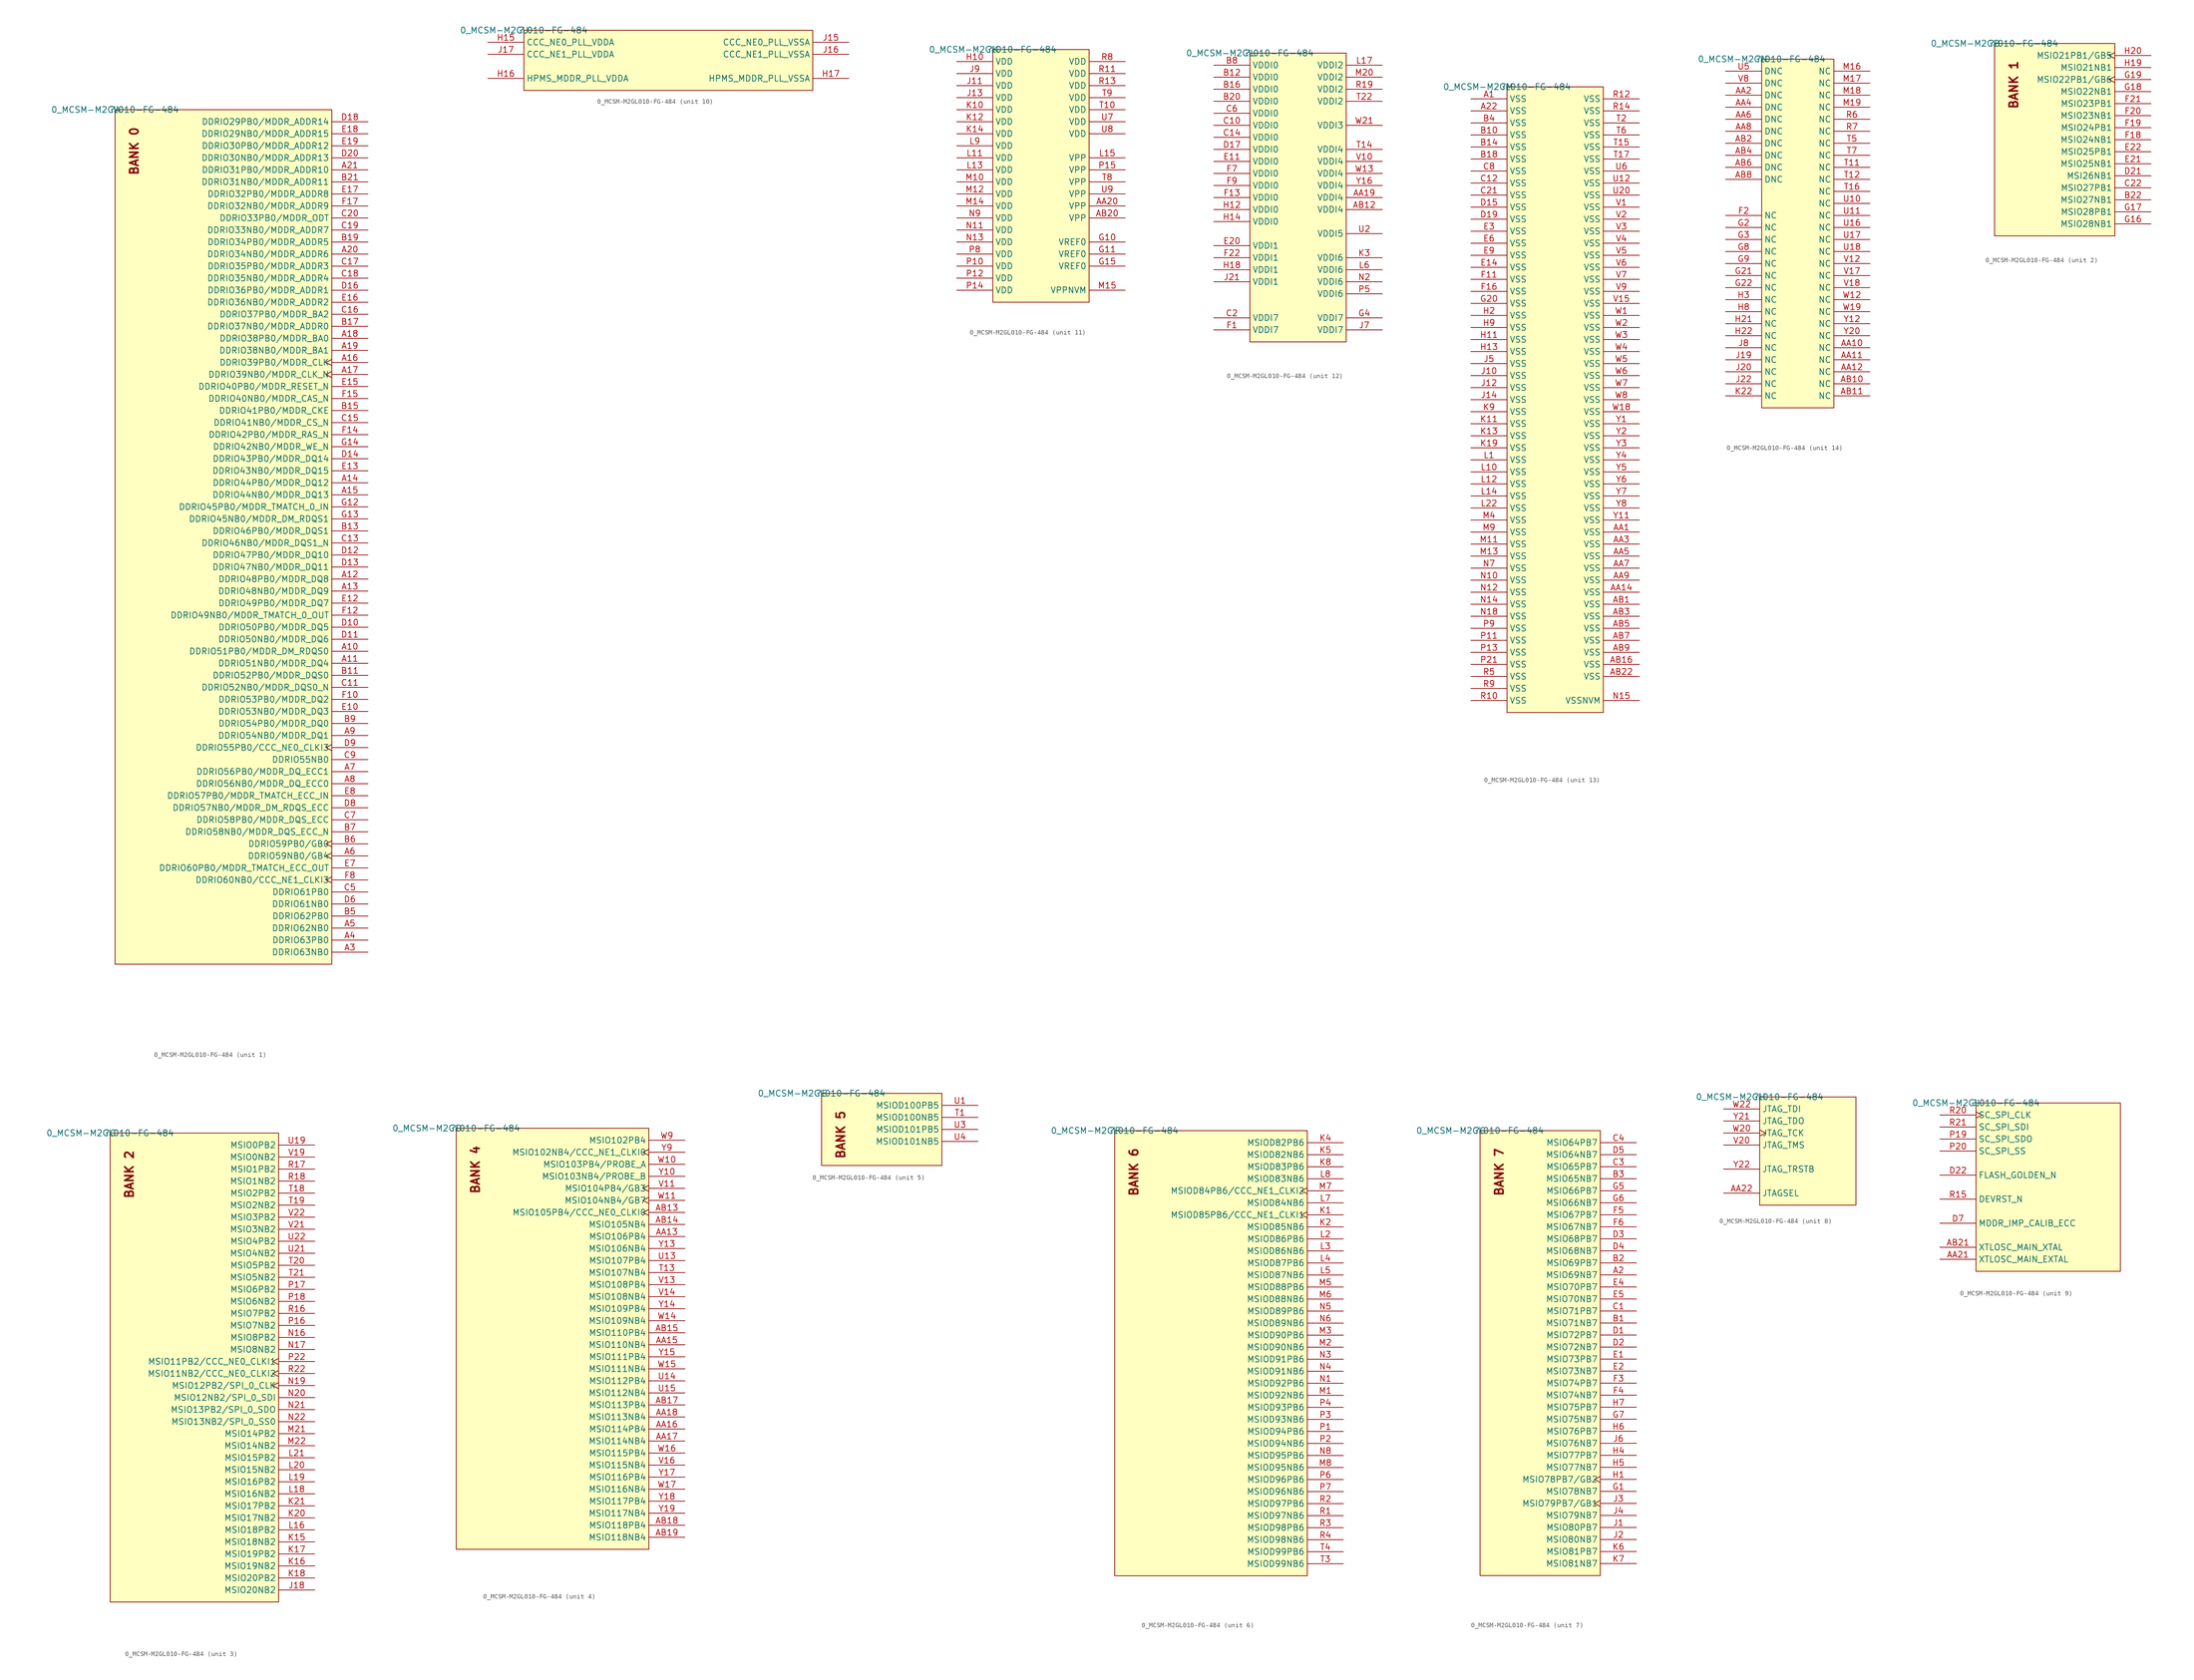
<source format=kicad_sym>
(kicad_symbol_lib
  (version 20211014)
  (generator kicad_symbol_editor)
  (symbol "0_MCSM-M2GL010-FG-484"
    (property "Reference" ""
      (at 0 0 0)
      (effects (font (size 1.27 1.27))))
    (property "Value" "0_MCSM-M2GL010-FG-484"
      (at 0 0 0)
      (effects (font (size 1.27 1.27))))
    (symbol "0_MCSM-M2GL010-FG-484_1_0"
      (rectangle (start 45.72 0) (end 0 -180.34) (stroke (width 0) (type default) (color 0 0 0 0)) (fill (type background)))
      (text "BANK 0" (at 5.08 -13.97 900) (effects (font (size 1.778 1.778) bold) (justify left bottom)))
      (pin bidirectional line (at 53.34 -114.3 180) (length 7.62) (name "DDRIO51PB0/MDDR_DM_RDQS0" (effects (font (size 1.27 1.27)))) (number "A10" (effects (font (size 1.27 1.27)))))
      (pin bidirectional line (at 53.34 -116.84 180) (length 7.62) (name "DDRIO51NB0/MDDR_DQ4" (effects (font (size 1.27 1.27)))) (number "A11" (effects (font (size 1.27 1.27)))))
      (pin bidirectional line (at 53.34 -99.06 180) (length 7.62) (name "DDRIO48PB0/MDDR_DQ8" (effects (font (size 1.27 1.27)))) (number "A12" (effects (font (size 1.27 1.27)))))
      (pin bidirectional line (at 53.34 -101.6 180) (length 7.62) (name "DDRIO48NB0/MDDR_DQ9" (effects (font (size 1.27 1.27)))) (number "A13" (effects (font (size 1.27 1.27)))))
      (pin bidirectional line (at 53.34 -78.74 180) (length 7.62) (name "DDRIO44PB0/MDDR_DQ12" (effects (font (size 1.27 1.27)))) (number "A14" (effects (font (size 1.27 1.27)))))
      (pin bidirectional line (at 53.34 -81.28 180) (length 7.62) (name "DDRIO44NB0/MDDR_DQ13" (effects (font (size 1.27 1.27)))) (number "A15" (effects (font (size 1.27 1.27)))))
      (pin bidirectional clock (at 53.34 -53.34 180) (length 7.62) (name "DDRIO39PB0/MDDR_CLK" (effects (font (size 1.27 1.27)))) (number "A16" (effects (font (size 1.27 1.27)))))
      (pin bidirectional clock (at 53.34 -55.88 180) (length 7.62) (name "DDRIO39NB0/MDDR_CLK_N" (effects (font (size 1.27 1.27)))) (number "A17" (effects (font (size 1.27 1.27)))))
      (pin bidirectional line (at 53.34 -48.26 180) (length 7.62) (name "DDRIO38PB0/MDDR_BA0" (effects (font (size 1.27 1.27)))) (number "A18" (effects (font (size 1.27 1.27)))))
      (pin bidirectional line (at 53.34 -50.8 180) (length 7.62) (name "DDRIO38NB0/MDDR_BA1" (effects (font (size 1.27 1.27)))) (number "A19" (effects (font (size 1.27 1.27)))))
      (pin bidirectional line (at 53.34 -30.48 180) (length 7.62) (name "DDRIO34NB0/MDDR_ADDR6" (effects (font (size 1.27 1.27)))) (number "A20" (effects (font (size 1.27 1.27)))))
      (pin bidirectional line (at 53.34 -12.7 180) (length 7.62) (name "DDRIO31PB0/MDDR_ADDR10" (effects (font (size 1.27 1.27)))) (number "A21" (effects (font (size 1.27 1.27)))))
      (pin bidirectional line (at 53.34 -177.8 180) (length 7.62) (name "DDRIO63NB0" (effects (font (size 1.27 1.27)))) (number "A3" (effects (font (size 1.27 1.27)))))
      (pin bidirectional line (at 53.34 -175.26 180) (length 7.62) (name "DDRIO63PB0" (effects (font (size 1.27 1.27)))) (number "A4" (effects (font (size 1.27 1.27)))))
      (pin bidirectional line (at 53.34 -172.72 180) (length 7.62) (name "DDRIO62NB0" (effects (font (size 1.27 1.27)))) (number "A5" (effects (font (size 1.27 1.27)))))
      (pin bidirectional clock (at 53.34 -157.48 180) (length 7.62) (name "DDRIO59NB0/GB4" (effects (font (size 1.27 1.27)))) (number "A6" (effects (font (size 1.27 1.27)))))
      (pin bidirectional line (at 53.34 -139.7 180) (length 7.62) (name "DDRIO56PB0/MDDR_DQ_ECC1" (effects (font (size 1.27 1.27)))) (number "A7" (effects (font (size 1.27 1.27)))))
      (pin bidirectional line (at 53.34 -142.24 180) (length 7.62) (name "DDRIO56NB0/MDDR_DQ_ECC0" (effects (font (size 1.27 1.27)))) (number "A8" (effects (font (size 1.27 1.27)))))
      (pin bidirectional line (at 53.34 -132.08 180) (length 7.62) (name "DDRIO54NB0/MDDR_DQ1" (effects (font (size 1.27 1.27)))) (number "A9" (effects (font (size 1.27 1.27)))))
      (pin bidirectional line (at 53.34 -119.38 180) (length 7.62) (name "DDRIO52PB0/MDDR_DQS0" (effects (font (size 1.27 1.27)))) (number "B11" (effects (font (size 1.27 1.27)))))
      (pin bidirectional line (at 53.34 -88.9 180) (length 7.62) (name "DDRIO46PB0/MDDR_DQS1" (effects (font (size 1.27 1.27)))) (number "B13" (effects (font (size 1.27 1.27)))))
      (pin bidirectional line (at 53.34 -63.5 180) (length 7.62) (name "DDRIO41PB0/MDDR_CKE" (effects (font (size 1.27 1.27)))) (number "B15" (effects (font (size 1.27 1.27)))))
      (pin bidirectional line (at 53.34 -45.72 180) (length 7.62) (name "DDRIO37NB0/MDDR_ADDR0" (effects (font (size 1.27 1.27)))) (number "B17" (effects (font (size 1.27 1.27)))))
      (pin bidirectional line (at 53.34 -27.94 180) (length 7.62) (name "DDRIO34PB0/MDDR_ADDR5" (effects (font (size 1.27 1.27)))) (number "B19" (effects (font (size 1.27 1.27)))))
      (pin bidirectional line (at 53.34 -15.24 180) (length 7.62) (name "DDRIO31NB0/MDDR_ADDR11" (effects (font (size 1.27 1.27)))) (number "B21" (effects (font (size 1.27 1.27)))))
      (pin bidirectional line (at 53.34 -170.18 180) (length 7.62) (name "DDRIO62PB0" (effects (font (size 1.27 1.27)))) (number "B5" (effects (font (size 1.27 1.27)))))
      (pin bidirectional clock (at 53.34 -154.94 180) (length 7.62) (name "DDRIO59PB0/GB0" (effects (font (size 1.27 1.27)))) (number "B6" (effects (font (size 1.27 1.27)))))
      (pin bidirectional line (at 53.34 -152.4 180) (length 7.62) (name "DDRIO58NB0/MDDR_DQS_ECC_N" (effects (font (size 1.27 1.27)))) (number "B7" (effects (font (size 1.27 1.27)))))
      (pin bidirectional line (at 53.34 -129.54 180) (length 7.62) (name "DDRIO54PB0/MDDR_DQ0" (effects (font (size 1.27 1.27)))) (number "B9" (effects (font (size 1.27 1.27)))))
      (pin bidirectional line (at 53.34 -121.92 180) (length 7.62) (name "DDRIO52NB0/MDDR_DQS0_N" (effects (font (size 1.27 1.27)))) (number "C11" (effects (font (size 1.27 1.27)))))
      (pin bidirectional line (at 53.34 -91.44 180) (length 7.62) (name "DDRIO46NB0/MDDR_DQS1_N" (effects (font (size 1.27 1.27)))) (number "C13" (effects (font (size 1.27 1.27)))))
      (pin bidirectional line (at 53.34 -66.04 180) (length 7.62) (name "DDRIO41NB0/MDDR_CS_N" (effects (font (size 1.27 1.27)))) (number "C15" (effects (font (size 1.27 1.27)))))
      (pin bidirectional line (at 53.34 -43.18 180) (length 7.62) (name "DDRIO37PB0/MDDR_BA2" (effects (font (size 1.27 1.27)))) (number "C16" (effects (font (size 1.27 1.27)))))
      (pin bidirectional line (at 53.34 -33.02 180) (length 7.62) (name "DDRIO35PB0/MDDR_ADDR3" (effects (font (size 1.27 1.27)))) (number "C17" (effects (font (size 1.27 1.27)))))
      (pin bidirectional line (at 53.34 -35.56 180) (length 7.62) (name "DDRIO35NB0/MDDR_ADDR4" (effects (font (size 1.27 1.27)))) (number "C18" (effects (font (size 1.27 1.27)))))
      (pin bidirectional line (at 53.34 -25.4 180) (length 7.62) (name "DDRIO33NB0/MDDR_ADDR7" (effects (font (size 1.27 1.27)))) (number "C19" (effects (font (size 1.27 1.27)))))
      (pin bidirectional line (at 53.34 -22.86 180) (length 7.62) (name "DDRIO33PB0/MDDR_ODT" (effects (font (size 1.27 1.27)))) (number "C20" (effects (font (size 1.27 1.27)))))
      (pin bidirectional line (at 53.34 -165.1 180) (length 7.62) (name "DDRIO61PB0" (effects (font (size 1.27 1.27)))) (number "C5" (effects (font (size 1.27 1.27)))))
      (pin bidirectional line (at 53.34 -149.86 180) (length 7.62) (name "DDRIO58PB0/MDDR_DQS_ECC" (effects (font (size 1.27 1.27)))) (number "C7" (effects (font (size 1.27 1.27)))))
      (pin bidirectional line (at 53.34 -137.16 180) (length 7.62) (name "DDRIO55NB0" (effects (font (size 1.27 1.27)))) (number "C9" (effects (font (size 1.27 1.27)))))
      (pin bidirectional line (at 53.34 -109.22 180) (length 7.62) (name "DDRIO50PB0/MDDR_DQ5" (effects (font (size 1.27 1.27)))) (number "D10" (effects (font (size 1.27 1.27)))))
      (pin bidirectional line (at 53.34 -111.76 180) (length 7.62) (name "DDRIO50NB0/MDDR_DQ6" (effects (font (size 1.27 1.27)))) (number "D11" (effects (font (size 1.27 1.27)))))
      (pin bidirectional line (at 53.34 -93.98 180) (length 7.62) (name "DDRIO47PB0/MDDR_DQ10" (effects (font (size 1.27 1.27)))) (number "D12" (effects (font (size 1.27 1.27)))))
      (pin bidirectional line (at 53.34 -96.52 180) (length 7.62) (name "DDRIO47NB0/MDDR_DQ11" (effects (font (size 1.27 1.27)))) (number "D13" (effects (font (size 1.27 1.27)))))
      (pin bidirectional line (at 53.34 -73.66 180) (length 7.62) (name "DDRIO43PB0/MDDR_DQ14" (effects (font (size 1.27 1.27)))) (number "D14" (effects (font (size 1.27 1.27)))))
      (pin bidirectional line (at 53.34 -38.1 180) (length 7.62) (name "DDRIO36PB0/MDDR_ADDR1" (effects (font (size 1.27 1.27)))) (number "D16" (effects (font (size 1.27 1.27)))))
      (pin bidirectional line (at 53.34 -2.54 180) (length 7.62) (name "DDRIO29PB0/MDDR_ADDR14" (effects (font (size 1.27 1.27)))) (number "D18" (effects (font (size 1.27 1.27)))))
      (pin bidirectional line (at 53.34 -10.16 180) (length 7.62) (name "DDRIO30NB0/MDDR_ADDR13" (effects (font (size 1.27 1.27)))) (number "D20" (effects (font (size 1.27 1.27)))))
      (pin bidirectional line (at 53.34 -167.64 180) (length 7.62) (name "DDRIO61NB0" (effects (font (size 1.27 1.27)))) (number "D6" (effects (font (size 1.27 1.27)))))
      (pin bidirectional line (at 53.34 -147.32 180) (length 7.62) (name "DDRIO57NB0/MDDR_DM_RDQS_ECC" (effects (font (size 1.27 1.27)))) (number "D8" (effects (font (size 1.27 1.27)))))
      (pin bidirectional clock (at 53.34 -134.62 180) (length 7.62) (name "DDRIO55PB0/CCC_NE0_CLKI3" (effects (font (size 1.27 1.27)))) (number "D9" (effects (font (size 1.27 1.27)))))
      (pin bidirectional line (at 53.34 -127 180) (length 7.62) (name "DDRIO53NB0/MDDR_DQ3" (effects (font (size 1.27 1.27)))) (number "E10" (effects (font (size 1.27 1.27)))))
      (pin bidirectional line (at 53.34 -104.14 180) (length 7.62) (name "DDRIO49PB0/MDDR_DQ7" (effects (font (size 1.27 1.27)))) (number "E12" (effects (font (size 1.27 1.27)))))
      (pin bidirectional line (at 53.34 -76.2 180) (length 7.62) (name "DDRIO43NB0/MDDR_DQ15" (effects (font (size 1.27 1.27)))) (number "E13" (effects (font (size 1.27 1.27)))))
      (pin bidirectional line (at 53.34 -58.42 180) (length 7.62) (name "DDRIO40PB0/MDDR_RESET_N" (effects (font (size 1.27 1.27)))) (number "E15" (effects (font (size 1.27 1.27)))))
      (pin bidirectional line (at 53.34 -40.64 180) (length 7.62) (name "DDRIO36NB0/MDDR_ADDR2" (effects (font (size 1.27 1.27)))) (number "E16" (effects (font (size 1.27 1.27)))))
      (pin bidirectional line (at 53.34 -17.78 180) (length 7.62) (name "DDRIO32PB0/MDDR_ADDR8" (effects (font (size 1.27 1.27)))) (number "E17" (effects (font (size 1.27 1.27)))))
      (pin bidirectional line (at 53.34 -5.08 180) (length 7.62) (name "DDRIO29NB0/MDDR_ADDR15" (effects (font (size 1.27 1.27)))) (number "E18" (effects (font (size 1.27 1.27)))))
      (pin bidirectional line (at 53.34 -7.62 180) (length 7.62) (name "DDRIO30PB0/MDDR_ADDR12" (effects (font (size 1.27 1.27)))) (number "E19" (effects (font (size 1.27 1.27)))))
      (pin bidirectional line (at 53.34 -160.02 180) (length 7.62) (name "DDRIO60PB0/MDDR_TMATCH_ECC_OUT" (effects (font (size 1.27 1.27)))) (number "E7" (effects (font (size 1.27 1.27)))))
      (pin bidirectional line (at 53.34 -144.78 180) (length 7.62) (name "DDRIO57PB0/MDDR_TMATCH_ECC_IN" (effects (font (size 1.27 1.27)))) (number "E8" (effects (font (size 1.27 1.27)))))
      (pin bidirectional line (at 53.34 -124.46 180) (length 7.62) (name "DDRIO53PB0/MDDR_DQ2" (effects (font (size 1.27 1.27)))) (number "F10" (effects (font (size 1.27 1.27)))))
      (pin bidirectional line (at 53.34 -106.68 180) (length 7.62) (name "DDRIO49NB0/MDDR_TMATCH_0_OUT" (effects (font (size 1.27 1.27)))) (number "F12" (effects (font (size 1.27 1.27)))))
      (pin bidirectional line (at 53.34 -68.58 180) (length 7.62) (name "DDRIO42PB0/MDDR_RAS_N" (effects (font (size 1.27 1.27)))) (number "F14" (effects (font (size 1.27 1.27)))))
      (pin bidirectional line (at 53.34 -60.96 180) (length 7.62) (name "DDRIO40NB0/MDDR_CAS_N" (effects (font (size 1.27 1.27)))) (number "F15" (effects (font (size 1.27 1.27)))))
      (pin bidirectional line (at 53.34 -20.32 180) (length 7.62) (name "DDRIO32NB0/MDDR_ADDR9" (effects (font (size 1.27 1.27)))) (number "F17" (effects (font (size 1.27 1.27)))))
      (pin bidirectional clock (at 53.34 -162.56 180) (length 7.62) (name "DDRIO60NB0/CCC_NE1_CLKI3" (effects (font (size 1.27 1.27)))) (number "F8" (effects (font (size 1.27 1.27)))))
      (pin bidirectional line (at 53.34 -83.82 180) (length 7.62) (name "DDRIO45PB0/MDDR_TMATCH_0_IN" (effects (font (size 1.27 1.27)))) (number "G12" (effects (font (size 1.27 1.27)))))
      (pin bidirectional line (at 53.34 -86.36 180) (length 7.62) (name "DDRIO45NB0/MDDR_DM_RDQS1" (effects (font (size 1.27 1.27)))) (number "G13" (effects (font (size 1.27 1.27)))))
      (pin bidirectional line (at 53.34 -71.12 180) (length 7.62) (name "DDRIO42NB0/MDDR_WE_N" (effects (font (size 1.27 1.27)))) (number "G14" (effects (font (size 1.27 1.27))))))
    (symbol "0_MCSM-M2GL010-FG-484_2_0"
      (rectangle (start 25.4 0) (end 0 -40.64) (stroke (width 0) (type default) (color 0 0 0 0)) (fill (type background)))
      (text "BANK 1" (at 5.08 -13.97 900) (effects (font (size 1.778 1.778) bold) (justify left bottom)))
      (pin bidirectional line (at 33.02 -33.02 180) (length 7.62) (name "MSIO27NB1" (effects (font (size 1.27 1.27)))) (number "B22" (effects (font (size 1.27 1.27)))))
      (pin bidirectional line (at 33.02 -30.48 180) (length 7.62) (name "MSIO27PB1" (effects (font (size 1.27 1.27)))) (number "C22" (effects (font (size 1.27 1.27)))))
      (pin input line (at 33.02 -27.94 180) (length 7.62) (name "MSI26NB1" (effects (font (size 1.27 1.27)))) (number "D21" (effects (font (size 1.27 1.27)))))
      (pin bidirectional line (at 33.02 -25.4 180) (length 7.62) (name "MSIO25NB1" (effects (font (size 1.27 1.27)))) (number "E21" (effects (font (size 1.27 1.27)))))
      (pin bidirectional line (at 33.02 -22.86 180) (length 7.62) (name "MSIO25PB1" (effects (font (size 1.27 1.27)))) (number "E22" (effects (font (size 1.27 1.27)))))
      (pin bidirectional line (at 33.02 -20.32 180) (length 7.62) (name "MSIO24NB1" (effects (font (size 1.27 1.27)))) (number "F18" (effects (font (size 1.27 1.27)))))
      (pin bidirectional line (at 33.02 -17.78 180) (length 7.62) (name "MSIO24PB1" (effects (font (size 1.27 1.27)))) (number "F19" (effects (font (size 1.27 1.27)))))
      (pin bidirectional line (at 33.02 -15.24 180) (length 7.62) (name "MSIO23NB1" (effects (font (size 1.27 1.27)))) (number "F20" (effects (font (size 1.27 1.27)))))
      (pin bidirectional line (at 33.02 -12.7 180) (length 7.62) (name "MSIO23PB1" (effects (font (size 1.27 1.27)))) (number "F21" (effects (font (size 1.27 1.27)))))
      (pin bidirectional line (at 33.02 -38.1 180) (length 7.62) (name "MSIO28NB1" (effects (font (size 1.27 1.27)))) (number "G16" (effects (font (size 1.27 1.27)))))
      (pin bidirectional line (at 33.02 -35.56 180) (length 7.62) (name "MSIO28PB1" (effects (font (size 1.27 1.27)))) (number "G17" (effects (font (size 1.27 1.27)))))
      (pin bidirectional line (at 33.02 -10.16 180) (length 7.62) (name "MSIO22NB1" (effects (font (size 1.27 1.27)))) (number "G18" (effects (font (size 1.27 1.27)))))
      (pin bidirectional clock (at 33.02 -7.62 180) (length 7.62) (name "MSIO22PB1/GB6" (effects (font (size 1.27 1.27)))) (number "G19" (effects (font (size 1.27 1.27)))))
      (pin bidirectional line (at 33.02 -5.08 180) (length 7.62) (name "MSIO21NB1" (effects (font (size 1.27 1.27)))) (number "H19" (effects (font (size 1.27 1.27)))))
      (pin bidirectional clock (at 33.02 -2.54 180) (length 7.62) (name "MSIO21PB1/GB5" (effects (font (size 1.27 1.27)))) (number "H20" (effects (font (size 1.27 1.27))))))
    (symbol "0_MCSM-M2GL010-FG-484_3_0"
      (rectangle (start 35.56 0) (end 0 -99.06) (stroke (width 0) (type default) (color 0 0 0 0)) (fill (type background)))
      (text "BANK 2" (at 5.08 -13.97 900) (effects (font (size 1.778 1.778) bold) (justify left bottom)))
      (pin bidirectional line (at 43.18 -96.52 180) (length 7.62) (name "MSIO20NB2" (effects (font (size 1.27 1.27)))) (number "J18" (effects (font (size 1.27 1.27)))))
      (pin bidirectional line (at 43.18 -86.36 180) (length 7.62) (name "MSIO18NB2" (effects (font (size 1.27 1.27)))) (number "K15" (effects (font (size 1.27 1.27)))))
      (pin bidirectional line (at 43.18 -91.44 180) (length 7.62) (name "MSIO19NB2" (effects (font (size 1.27 1.27)))) (number "K16" (effects (font (size 1.27 1.27)))))
      (pin bidirectional line (at 43.18 -88.9 180) (length 7.62) (name "MSIO19PB2" (effects (font (size 1.27 1.27)))) (number "K17" (effects (font (size 1.27 1.27)))))
      (pin bidirectional line (at 43.18 -93.98 180) (length 7.62) (name "MSIO20PB2" (effects (font (size 1.27 1.27)))) (number "K18" (effects (font (size 1.27 1.27)))))
      (pin bidirectional line (at 43.18 -81.28 180) (length 7.62) (name "MSIO17NB2" (effects (font (size 1.27 1.27)))) (number "K20" (effects (font (size 1.27 1.27)))))
      (pin bidirectional line (at 43.18 -78.74 180) (length 7.62) (name "MSIO17PB2" (effects (font (size 1.27 1.27)))) (number "K21" (effects (font (size 1.27 1.27)))))
      (pin bidirectional line (at 43.18 -83.82 180) (length 7.62) (name "MSIO18PB2" (effects (font (size 1.27 1.27)))) (number "L16" (effects (font (size 1.27 1.27)))))
      (pin bidirectional line (at 43.18 -76.2 180) (length 7.62) (name "MSIO16NB2" (effects (font (size 1.27 1.27)))) (number "L18" (effects (font (size 1.27 1.27)))))
      (pin bidirectional line (at 43.18 -73.66 180) (length 7.62) (name "MSIO16PB2" (effects (font (size 1.27 1.27)))) (number "L19" (effects (font (size 1.27 1.27)))))
      (pin bidirectional line (at 43.18 -71.12 180) (length 7.62) (name "MSIO15NB2" (effects (font (size 1.27 1.27)))) (number "L20" (effects (font (size 1.27 1.27)))))
      (pin bidirectional line (at 43.18 -68.58 180) (length 7.62) (name "MSIO15PB2" (effects (font (size 1.27 1.27)))) (number "L21" (effects (font (size 1.27 1.27)))))
      (pin bidirectional line (at 43.18 -63.5 180) (length 7.62) (name "MSIO14PB2" (effects (font (size 1.27 1.27)))) (number "M21" (effects (font (size 1.27 1.27)))))
      (pin bidirectional line (at 43.18 -66.04 180) (length 7.62) (name "MSIO14NB2" (effects (font (size 1.27 1.27)))) (number "M22" (effects (font (size 1.27 1.27)))))
      (pin bidirectional line (at 43.18 -43.18 180) (length 7.62) (name "MSIO8PB2" (effects (font (size 1.27 1.27)))) (number "N16" (effects (font (size 1.27 1.27)))))
      (pin bidirectional line (at 43.18 -45.72 180) (length 7.62) (name "MSIO8NB2" (effects (font (size 1.27 1.27)))) (number "N17" (effects (font (size 1.27 1.27)))))
      (pin bidirectional clock (at 43.18 -53.34 180) (length 7.62) (name "MSIO12PB2/SPI_0_CLK" (effects (font (size 1.27 1.27)))) (number "N19" (effects (font (size 1.27 1.27)))))
      (pin bidirectional line (at 43.18 -55.88 180) (length 7.62) (name "MSIO12NB2/SPI_0_SDI" (effects (font (size 1.27 1.27)))) (number "N20" (effects (font (size 1.27 1.27)))))
      (pin bidirectional line (at 43.18 -58.42 180) (length 7.62) (name "MSIO13PB2/SPI_0_SDO" (effects (font (size 1.27 1.27)))) (number "N21" (effects (font (size 1.27 1.27)))))
      (pin bidirectional line (at 43.18 -60.96 180) (length 7.62) (name "MSIO13NB2/SPI_0_SS0" (effects (font (size 1.27 1.27)))) (number "N22" (effects (font (size 1.27 1.27)))))
      (pin bidirectional line (at 43.18 -40.64 180) (length 7.62) (name "MSIO7NB2" (effects (font (size 1.27 1.27)))) (number "P16" (effects (font (size 1.27 1.27)))))
      (pin bidirectional line (at 43.18 -33.02 180) (length 7.62) (name "MSIO6PB2" (effects (font (size 1.27 1.27)))) (number "P17" (effects (font (size 1.27 1.27)))))
      (pin bidirectional line (at 43.18 -35.56 180) (length 7.62) (name "MSIO6NB2" (effects (font (size 1.27 1.27)))) (number "P18" (effects (font (size 1.27 1.27)))))
      (pin bidirectional clock (at 43.18 -48.26 180) (length 7.62) (name "MSIO11PB2/CCC_NE0_CLKI1" (effects (font (size 1.27 1.27)))) (number "P22" (effects (font (size 1.27 1.27)))))
      (pin bidirectional line (at 43.18 -38.1 180) (length 7.62) (name "MSIO7PB2" (effects (font (size 1.27 1.27)))) (number "R16" (effects (font (size 1.27 1.27)))))
      (pin bidirectional line (at 43.18 -7.62 180) (length 7.62) (name "MSIO1PB2" (effects (font (size 1.27 1.27)))) (number "R17" (effects (font (size 1.27 1.27)))))
      (pin bidirectional line (at 43.18 -10.16 180) (length 7.62) (name "MSIO1NB2" (effects (font (size 1.27 1.27)))) (number "R18" (effects (font (size 1.27 1.27)))))
      (pin bidirectional clock (at 43.18 -50.8 180) (length 7.62) (name "MSIO11NB2/CCC_NE0_CLKI2" (effects (font (size 1.27 1.27)))) (number "R22" (effects (font (size 1.27 1.27)))))
      (pin bidirectional line (at 43.18 -12.7 180) (length 7.62) (name "MSIO2PB2" (effects (font (size 1.27 1.27)))) (number "T18" (effects (font (size 1.27 1.27)))))
      (pin bidirectional line (at 43.18 -15.24 180) (length 7.62) (name "MSIO2NB2" (effects (font (size 1.27 1.27)))) (number "T19" (effects (font (size 1.27 1.27)))))
      (pin bidirectional line (at 43.18 -27.94 180) (length 7.62) (name "MSIO5PB2" (effects (font (size 1.27 1.27)))) (number "T20" (effects (font (size 1.27 1.27)))))
      (pin bidirectional line (at 43.18 -30.48 180) (length 7.62) (name "MSIO5NB2" (effects (font (size 1.27 1.27)))) (number "T21" (effects (font (size 1.27 1.27)))))
      (pin bidirectional line (at 43.18 -2.54 180) (length 7.62) (name "MSIO0PB2" (effects (font (size 1.27 1.27)))) (number "U19" (effects (font (size 1.27 1.27)))))
      (pin bidirectional line (at 43.18 -25.4 180) (length 7.62) (name "MSIO4NB2" (effects (font (size 1.27 1.27)))) (number "U21" (effects (font (size 1.27 1.27)))))
      (pin bidirectional line (at 43.18 -22.86 180) (length 7.62) (name "MSIO4PB2" (effects (font (size 1.27 1.27)))) (number "U22" (effects (font (size 1.27 1.27)))))
      (pin bidirectional line (at 43.18 -5.08 180) (length 7.62) (name "MSIO0NB2" (effects (font (size 1.27 1.27)))) (number "V19" (effects (font (size 1.27 1.27)))))
      (pin bidirectional line (at 43.18 -20.32 180) (length 7.62) (name "MSIO3NB2" (effects (font (size 1.27 1.27)))) (number "V21" (effects (font (size 1.27 1.27)))))
      (pin bidirectional line (at 43.18 -17.78 180) (length 7.62) (name "MSIO3PB2" (effects (font (size 1.27 1.27)))) (number "V22" (effects (font (size 1.27 1.27))))))
    (symbol "0_MCSM-M2GL010-FG-484_4_0"
      (rectangle (start 40.64 0) (end 0 -88.9) (stroke (width 0) (type default) (color 0 0 0 0)) (fill (type background)))
      (text "BANK 4" (at 5.08 -13.97 900) (effects (font (size 1.778 1.778) bold) (justify left bottom)))
      (pin bidirectional line (at 48.26 -22.86 180) (length 7.62) (name "MSIO106PB4" (effects (font (size 1.27 1.27)))) (number "AA13" (effects (font (size 1.27 1.27)))))
      (pin bidirectional line (at 48.26 -45.72 180) (length 7.62) (name "MSIO110NB4" (effects (font (size 1.27 1.27)))) (number "AA15" (effects (font (size 1.27 1.27)))))
      (pin bidirectional line (at 48.26 -63.5 180) (length 7.62) (name "MSIO114PB4" (effects (font (size 1.27 1.27)))) (number "AA16" (effects (font (size 1.27 1.27)))))
      (pin bidirectional line (at 48.26 -66.04 180) (length 7.62) (name "MSIO114NB4" (effects (font (size 1.27 1.27)))) (number "AA17" (effects (font (size 1.27 1.27)))))
      (pin bidirectional line (at 48.26 -60.96 180) (length 7.62) (name "MSIO113NB4" (effects (font (size 1.27 1.27)))) (number "AA18" (effects (font (size 1.27 1.27)))))
      (pin bidirectional clock (at 48.26 -17.78 180) (length 7.62) (name "MSIO105PB4/CCC_NE0_CLKI0" (effects (font (size 1.27 1.27)))) (number "AB13" (effects (font (size 1.27 1.27)))))
      (pin bidirectional line (at 48.26 -20.32 180) (length 7.62) (name "MSIO105NB4" (effects (font (size 1.27 1.27)))) (number "AB14" (effects (font (size 1.27 1.27)))))
      (pin bidirectional line (at 48.26 -43.18 180) (length 7.62) (name "MSIO110PB4" (effects (font (size 1.27 1.27)))) (number "AB15" (effects (font (size 1.27 1.27)))))
      (pin bidirectional line (at 48.26 -58.42 180) (length 7.62) (name "MSIO113PB4" (effects (font (size 1.27 1.27)))) (number "AB17" (effects (font (size 1.27 1.27)))))
      (pin bidirectional line (at 48.26 -83.82 180) (length 7.62) (name "MSIO118PB4" (effects (font (size 1.27 1.27)))) (number "AB18" (effects (font (size 1.27 1.27)))))
      (pin bidirectional line (at 48.26 -86.36 180) (length 7.62) (name "MSIO118NB4" (effects (font (size 1.27 1.27)))) (number "AB19" (effects (font (size 1.27 1.27)))))
      (pin bidirectional line (at 48.26 -30.48 180) (length 7.62) (name "MSIO107NB4" (effects (font (size 1.27 1.27)))) (number "T13" (effects (font (size 1.27 1.27)))))
      (pin bidirectional line (at 48.26 -27.94 180) (length 7.62) (name "MSIO107PB4" (effects (font (size 1.27 1.27)))) (number "U13" (effects (font (size 1.27 1.27)))))
      (pin bidirectional line (at 48.26 -53.34 180) (length 7.62) (name "MSIO112PB4" (effects (font (size 1.27 1.27)))) (number "U14" (effects (font (size 1.27 1.27)))))
      (pin bidirectional line (at 48.26 -55.88 180) (length 7.62) (name "MSIO112NB4" (effects (font (size 1.27 1.27)))) (number "U15" (effects (font (size 1.27 1.27)))))
      (pin bidirectional clock (at 48.26 -12.7 180) (length 7.62) (name "MSIO104PB4/GB3" (effects (font (size 1.27 1.27)))) (number "V11" (effects (font (size 1.27 1.27)))))
      (pin bidirectional line (at 48.26 -33.02 180) (length 7.62) (name "MSIO108PB4" (effects (font (size 1.27 1.27)))) (number "V13" (effects (font (size 1.27 1.27)))))
      (pin bidirectional line (at 48.26 -35.56 180) (length 7.62) (name "MSIO108NB4" (effects (font (size 1.27 1.27)))) (number "V14" (effects (font (size 1.27 1.27)))))
      (pin bidirectional line (at 48.26 -71.12 180) (length 7.62) (name "MSIO115NB4" (effects (font (size 1.27 1.27)))) (number "V16" (effects (font (size 1.27 1.27)))))
      (pin bidirectional line (at 48.26 -7.62 180) (length 7.62) (name "MSIO103PB4/PROBE_A" (effects (font (size 1.27 1.27)))) (number "W10" (effects (font (size 1.27 1.27)))))
      (pin bidirectional clock (at 48.26 -15.24 180) (length 7.62) (name "MSIO104NB4/GB7" (effects (font (size 1.27 1.27)))) (number "W11" (effects (font (size 1.27 1.27)))))
      (pin bidirectional line (at 48.26 -40.64 180) (length 7.62) (name "MSIO109NB4" (effects (font (size 1.27 1.27)))) (number "W14" (effects (font (size 1.27 1.27)))))
      (pin bidirectional line (at 48.26 -50.8 180) (length 7.62) (name "MSIO111NB4" (effects (font (size 1.27 1.27)))) (number "W15" (effects (font (size 1.27 1.27)))))
      (pin bidirectional line (at 48.26 -68.58 180) (length 7.62) (name "MSIO115PB4" (effects (font (size 1.27 1.27)))) (number "W16" (effects (font (size 1.27 1.27)))))
      (pin bidirectional line (at 48.26 -76.2 180) (length 7.62) (name "MSIO116NB4" (effects (font (size 1.27 1.27)))) (number "W17" (effects (font (size 1.27 1.27)))))
      (pin bidirectional line (at 48.26 -2.54 180) (length 7.62) (name "MSIO102PB4" (effects (font (size 1.27 1.27)))) (number "W9" (effects (font (size 1.27 1.27)))))
      (pin bidirectional line (at 48.26 -10.16 180) (length 7.62) (name "MSIO103NB4/PROBE_B" (effects (font (size 1.27 1.27)))) (number "Y10" (effects (font (size 1.27 1.27)))))
      (pin bidirectional line (at 48.26 -25.4 180) (length 7.62) (name "MSIO106NB4" (effects (font (size 1.27 1.27)))) (number "Y13" (effects (font (size 1.27 1.27)))))
      (pin bidirectional line (at 48.26 -38.1 180) (length 7.62) (name "MSIO109PB4" (effects (font (size 1.27 1.27)))) (number "Y14" (effects (font (size 1.27 1.27)))))
      (pin bidirectional line (at 48.26 -48.26 180) (length 7.62) (name "MSIO111PB4" (effects (font (size 1.27 1.27)))) (number "Y15" (effects (font (size 1.27 1.27)))))
      (pin bidirectional line (at 48.26 -73.66 180) (length 7.62) (name "MSIO116PB4" (effects (font (size 1.27 1.27)))) (number "Y17" (effects (font (size 1.27 1.27)))))
      (pin bidirectional line (at 48.26 -78.74 180) (length 7.62) (name "MSIO117PB4" (effects (font (size 1.27 1.27)))) (number "Y18" (effects (font (size 1.27 1.27)))))
      (pin bidirectional line (at 48.26 -81.28 180) (length 7.62) (name "MSIO117NB4" (effects (font (size 1.27 1.27)))) (number "Y19" (effects (font (size 1.27 1.27)))))
      (pin bidirectional clock (at 48.26 -5.08 180) (length 7.62) (name "MSIO102NB4/CCC_NE1_CLKI0" (effects (font (size 1.27 1.27)))) (number "Y9" (effects (font (size 1.27 1.27))))))
    (symbol "0_MCSM-M2GL010-FG-484_5_0"
      (rectangle (start 25.4 0) (end 0 -15.24) (stroke (width 0) (type default) (color 0 0 0 0)) (fill (type background)))
      (text "BANK 5" (at 5.08 -13.97 900) (effects (font (size 1.778 1.778) bold) (justify left bottom)))
      (pin bidirectional line (at 33.02 -5.08 180) (length 7.62) (name "MSIOD100NB5" (effects (font (size 1.27 1.27)))) (number "T1" (effects (font (size 1.27 1.27)))))
      (pin bidirectional line (at 33.02 -2.54 180) (length 7.62) (name "MSIOD100PB5" (effects (font (size 1.27 1.27)))) (number "U1" (effects (font (size 1.27 1.27)))))
      (pin bidirectional line (at 33.02 -7.62 180) (length 7.62) (name "MSIOD101PB5" (effects (font (size 1.27 1.27)))) (number "U3" (effects (font (size 1.27 1.27)))))
      (pin bidirectional line (at 33.02 -10.16 180) (length 7.62) (name "MSIOD101NB5" (effects (font (size 1.27 1.27)))) (number "U4" (effects (font (size 1.27 1.27))))))
    (symbol "0_MCSM-M2GL010-FG-484_6_0"
      (rectangle (start 40.64 0) (end 0 -93.98) (stroke (width 0) (type default) (color 0 0 0 0)) (fill (type background)))
      (text "BANK 6" (at 5.08 -13.97 900) (effects (font (size 1.778 1.778) bold) (justify left bottom)))
      (pin bidirectional clock (at 48.26 -17.78 180) (length 7.62) (name "MSIOD85PB6/CCC_NE1_CLKI1" (effects (font (size 1.27 1.27)))) (number "K1" (effects (font (size 1.27 1.27)))))
      (pin bidirectional line (at 48.26 -20.32 180) (length 7.62) (name "MSIOD85NB6" (effects (font (size 1.27 1.27)))) (number "K2" (effects (font (size 1.27 1.27)))))
      (pin bidirectional line (at 48.26 -2.54 180) (length 7.62) (name "MSIOD82PB6" (effects (font (size 1.27 1.27)))) (number "K4" (effects (font (size 1.27 1.27)))))
      (pin bidirectional line (at 48.26 -5.08 180) (length 7.62) (name "MSIOD82NB6" (effects (font (size 1.27 1.27)))) (number "K5" (effects (font (size 1.27 1.27)))))
      (pin bidirectional line (at 48.26 -7.62 180) (length 7.62) (name "MSIOD83PB6" (effects (font (size 1.27 1.27)))) (number "K8" (effects (font (size 1.27 1.27)))))
      (pin bidirectional line (at 48.26 -22.86 180) (length 7.62) (name "MSIOD86PB6" (effects (font (size 1.27 1.27)))) (number "L2" (effects (font (size 1.27 1.27)))))
      (pin bidirectional line (at 48.26 -25.4 180) (length 7.62) (name "MSIOD86NB6" (effects (font (size 1.27 1.27)))) (number "L3" (effects (font (size 1.27 1.27)))))
      (pin bidirectional line (at 48.26 -27.94 180) (length 7.62) (name "MSIOD87PB6" (effects (font (size 1.27 1.27)))) (number "L4" (effects (font (size 1.27 1.27)))))
      (pin bidirectional line (at 48.26 -30.48 180) (length 7.62) (name "MSIOD87NB6" (effects (font (size 1.27 1.27)))) (number "L5" (effects (font (size 1.27 1.27)))))
      (pin bidirectional line (at 48.26 -15.24 180) (length 7.62) (name "MSIOD84NB6" (effects (font (size 1.27 1.27)))) (number "L7" (effects (font (size 1.27 1.27)))))
      (pin bidirectional line (at 48.26 -10.16 180) (length 7.62) (name "MSIOD83NB6" (effects (font (size 1.27 1.27)))) (number "L8" (effects (font (size 1.27 1.27)))))
      (pin bidirectional line (at 48.26 -55.88 180) (length 7.62) (name "MSIOD92NB6" (effects (font (size 1.27 1.27)))) (number "M1" (effects (font (size 1.27 1.27)))))
      (pin bidirectional line (at 48.26 -45.72 180) (length 7.62) (name "MSIOD90NB6" (effects (font (size 1.27 1.27)))) (number "M2" (effects (font (size 1.27 1.27)))))
      (pin bidirectional line (at 48.26 -43.18 180) (length 7.62) (name "MSIOD90PB6" (effects (font (size 1.27 1.27)))) (number "M3" (effects (font (size 1.27 1.27)))))
      (pin bidirectional line (at 48.26 -33.02 180) (length 7.62) (name "MSIOD88PB6" (effects (font (size 1.27 1.27)))) (number "M5" (effects (font (size 1.27 1.27)))))
      (pin bidirectional line (at 48.26 -35.56 180) (length 7.62) (name "MSIOD88NB6" (effects (font (size 1.27 1.27)))) (number "M6" (effects (font (size 1.27 1.27)))))
      (pin bidirectional clock (at 48.26 -12.7 180) (length 7.62) (name "MSIOD84PB6/CCC_NE1_CLKI2" (effects (font (size 1.27 1.27)))) (number "M7" (effects (font (size 1.27 1.27)))))
      (pin bidirectional line (at 48.26 -71.12 180) (length 7.62) (name "MSIOD95NB6" (effects (font (size 1.27 1.27)))) (number "M8" (effects (font (size 1.27 1.27)))))
      (pin bidirectional line (at 48.26 -53.34 180) (length 7.62) (name "MSIOD92PB6" (effects (font (size 1.27 1.27)))) (number "N1" (effects (font (size 1.27 1.27)))))
      (pin bidirectional line (at 48.26 -48.26 180) (length 7.62) (name "MSIOD91PB6" (effects (font (size 1.27 1.27)))) (number "N3" (effects (font (size 1.27 1.27)))))
      (pin bidirectional line (at 48.26 -50.8 180) (length 7.62) (name "MSIOD91NB6" (effects (font (size 1.27 1.27)))) (number "N4" (effects (font (size 1.27 1.27)))))
      (pin bidirectional line (at 48.26 -38.1 180) (length 7.62) (name "MSIOD89PB6" (effects (font (size 1.27 1.27)))) (number "N5" (effects (font (size 1.27 1.27)))))
      (pin bidirectional line (at 48.26 -40.64 180) (length 7.62) (name "MSIOD89NB6" (effects (font (size 1.27 1.27)))) (number "N6" (effects (font (size 1.27 1.27)))))
      (pin bidirectional line (at 48.26 -68.58 180) (length 7.62) (name "MSIOD95PB6" (effects (font (size 1.27 1.27)))) (number "N8" (effects (font (size 1.27 1.27)))))
      (pin bidirectional line (at 48.26 -63.5 180) (length 7.62) (name "MSIOD94PB6" (effects (font (size 1.27 1.27)))) (number "P1" (effects (font (size 1.27 1.27)))))
      (pin bidirectional line (at 48.26 -66.04 180) (length 7.62) (name "MSIOD94NB6" (effects (font (size 1.27 1.27)))) (number "P2" (effects (font (size 1.27 1.27)))))
      (pin bidirectional line (at 48.26 -60.96 180) (length 7.62) (name "MSIOD93NB6" (effects (font (size 1.27 1.27)))) (number "P3" (effects (font (size 1.27 1.27)))))
      (pin bidirectional line (at 48.26 -58.42 180) (length 7.62) (name "MSIOD93PB6" (effects (font (size 1.27 1.27)))) (number "P4" (effects (font (size 1.27 1.27)))))
      (pin bidirectional line (at 48.26 -73.66 180) (length 7.62) (name "MSIOD96PB6" (effects (font (size 1.27 1.27)))) (number "P6" (effects (font (size 1.27 1.27)))))
      (pin bidirectional line (at 48.26 -76.2 180) (length 7.62) (name "MSIOD96NB6" (effects (font (size 1.27 1.27)))) (number "P7" (effects (font (size 1.27 1.27)))))
      (pin bidirectional line (at 48.26 -81.28 180) (length 7.62) (name "MSIOD97NB6" (effects (font (size 1.27 1.27)))) (number "R1" (effects (font (size 1.27 1.27)))))
      (pin bidirectional line (at 48.26 -78.74 180) (length 7.62) (name "MSIOD97PB6" (effects (font (size 1.27 1.27)))) (number "R2" (effects (font (size 1.27 1.27)))))
      (pin bidirectional line (at 48.26 -83.82 180) (length 7.62) (name "MSIOD98PB6" (effects (font (size 1.27 1.27)))) (number "R3" (effects (font (size 1.27 1.27)))))
      (pin bidirectional line (at 48.26 -86.36 180) (length 7.62) (name "MSIOD98NB6" (effects (font (size 1.27 1.27)))) (number "R4" (effects (font (size 1.27 1.27)))))
      (pin bidirectional line (at 48.26 -91.44 180) (length 7.62) (name "MSIOD99NB6" (effects (font (size 1.27 1.27)))) (number "T3" (effects (font (size 1.27 1.27)))))
      (pin bidirectional line (at 48.26 -88.9 180) (length 7.62) (name "MSIOD99PB6" (effects (font (size 1.27 1.27)))) (number "T4" (effects (font (size 1.27 1.27))))))
    (symbol "0_MCSM-M2GL010-FG-484_7_0"
      (rectangle (start 25.4 0) (end 0 -93.98) (stroke (width 0) (type default) (color 0 0 0 0)) (fill (type background)))
      (text "BANK 7" (at 5.08 -13.97 900) (effects (font (size 1.778 1.778) bold) (justify left bottom)))
      (pin bidirectional line (at 33.02 -30.48 180) (length 7.62) (name "MSIO69NB7" (effects (font (size 1.27 1.27)))) (number "A2" (effects (font (size 1.27 1.27)))))
      (pin bidirectional line (at 33.02 -40.64 180) (length 7.62) (name "MSIO71NB7" (effects (font (size 1.27 1.27)))) (number "B1" (effects (font (size 1.27 1.27)))))
      (pin bidirectional line (at 33.02 -27.94 180) (length 7.62) (name "MSIO69PB7" (effects (font (size 1.27 1.27)))) (number "B2" (effects (font (size 1.27 1.27)))))
      (pin bidirectional line (at 33.02 -10.16 180) (length 7.62) (name "MSIO65NB7" (effects (font (size 1.27 1.27)))) (number "B3" (effects (font (size 1.27 1.27)))))
      (pin bidirectional line (at 33.02 -38.1 180) (length 7.62) (name "MSIO71PB7" (effects (font (size 1.27 1.27)))) (number "C1" (effects (font (size 1.27 1.27)))))
      (pin bidirectional line (at 33.02 -7.62 180) (length 7.62) (name "MSIO65PB7" (effects (font (size 1.27 1.27)))) (number "C3" (effects (font (size 1.27 1.27)))))
      (pin bidirectional line (at 33.02 -2.54 180) (length 7.62) (name "MSIO64PB7" (effects (font (size 1.27 1.27)))) (number "C4" (effects (font (size 1.27 1.27)))))
      (pin bidirectional line (at 33.02 -43.18 180) (length 7.62) (name "MSIO72PB7" (effects (font (size 1.27 1.27)))) (number "D1" (effects (font (size 1.27 1.27)))))
      (pin bidirectional line (at 33.02 -45.72 180) (length 7.62) (name "MSIO72NB7" (effects (font (size 1.27 1.27)))) (number "D2" (effects (font (size 1.27 1.27)))))
      (pin bidirectional line (at 33.02 -22.86 180) (length 7.62) (name "MSIO68PB7" (effects (font (size 1.27 1.27)))) (number "D3" (effects (font (size 1.27 1.27)))))
      (pin bidirectional line (at 33.02 -25.4 180) (length 7.62) (name "MSIO68NB7" (effects (font (size 1.27 1.27)))) (number "D4" (effects (font (size 1.27 1.27)))))
      (pin bidirectional line (at 33.02 -5.08 180) (length 7.62) (name "MSIO64NB7" (effects (font (size 1.27 1.27)))) (number "D5" (effects (font (size 1.27 1.27)))))
      (pin bidirectional line (at 33.02 -48.26 180) (length 7.62) (name "MSIO73PB7" (effects (font (size 1.27 1.27)))) (number "E1" (effects (font (size 1.27 1.27)))))
      (pin bidirectional line (at 33.02 -50.8 180) (length 7.62) (name "MSIO73NB7" (effects (font (size 1.27 1.27)))) (number "E2" (effects (font (size 1.27 1.27)))))
      (pin bidirectional line (at 33.02 -33.02 180) (length 7.62) (name "MSIO70PB7" (effects (font (size 1.27 1.27)))) (number "E4" (effects (font (size 1.27 1.27)))))
      (pin bidirectional line (at 33.02 -35.56 180) (length 7.62) (name "MSIO70NB7" (effects (font (size 1.27 1.27)))) (number "E5" (effects (font (size 1.27 1.27)))))
      (pin bidirectional line (at 33.02 -53.34 180) (length 7.62) (name "MSIO74PB7" (effects (font (size 1.27 1.27)))) (number "F3" (effects (font (size 1.27 1.27)))))
      (pin bidirectional line (at 33.02 -55.88 180) (length 7.62) (name "MSIO74NB7" (effects (font (size 1.27 1.27)))) (number "F4" (effects (font (size 1.27 1.27)))))
      (pin bidirectional line (at 33.02 -17.78 180) (length 7.62) (name "MSIO67PB7" (effects (font (size 1.27 1.27)))) (number "F5" (effects (font (size 1.27 1.27)))))
      (pin bidirectional line (at 33.02 -20.32 180) (length 7.62) (name "MSIO67NB7" (effects (font (size 1.27 1.27)))) (number "F6" (effects (font (size 1.27 1.27)))))
      (pin bidirectional line (at 33.02 -76.2 180) (length 7.62) (name "MSIO78NB7" (effects (font (size 1.27 1.27)))) (number "G1" (effects (font (size 1.27 1.27)))))
      (pin bidirectional line (at 33.02 -12.7 180) (length 7.62) (name "MSIO66PB7" (effects (font (size 1.27 1.27)))) (number "G5" (effects (font (size 1.27 1.27)))))
      (pin bidirectional line (at 33.02 -15.24 180) (length 7.62) (name "MSIO66NB7" (effects (font (size 1.27 1.27)))) (number "G6" (effects (font (size 1.27 1.27)))))
      (pin bidirectional line (at 33.02 -60.96 180) (length 7.62) (name "MSIO75NB7" (effects (font (size 1.27 1.27)))) (number "G7" (effects (font (size 1.27 1.27)))))
      (pin bidirectional clock (at 33.02 -73.66 180) (length 7.62) (name "MSIO78PB7/GB2" (effects (font (size 1.27 1.27)))) (number "H1" (effects (font (size 1.27 1.27)))))
      (pin bidirectional line (at 33.02 -68.58 180) (length 7.62) (name "MSIO77PB7" (effects (font (size 1.27 1.27)))) (number "H4" (effects (font (size 1.27 1.27)))))
      (pin bidirectional line (at 33.02 -71.12 180) (length 7.62) (name "MSIO77NB7" (effects (font (size 1.27 1.27)))) (number "H5" (effects (font (size 1.27 1.27)))))
      (pin bidirectional line (at 33.02 -63.5 180) (length 7.62) (name "MSIO76PB7" (effects (font (size 1.27 1.27)))) (number "H6" (effects (font (size 1.27 1.27)))))
      (pin bidirectional line (at 33.02 -58.42 180) (length 7.62) (name "MSIO75PB7" (effects (font (size 1.27 1.27)))) (number "H7" (effects (font (size 1.27 1.27)))))
      (pin bidirectional line (at 33.02 -83.82 180) (length 7.62) (name "MSIO80PB7" (effects (font (size 1.27 1.27)))) (number "J1" (effects (font (size 1.27 1.27)))))
      (pin bidirectional line (at 33.02 -86.36 180) (length 7.62) (name "MSIO80NB7" (effects (font (size 1.27 1.27)))) (number "J2" (effects (font (size 1.27 1.27)))))
      (pin bidirectional clock (at 33.02 -78.74 180) (length 7.62) (name "MSIO79PB7/GB1" (effects (font (size 1.27 1.27)))) (number "J3" (effects (font (size 1.27 1.27)))))
      (pin bidirectional line (at 33.02 -81.28 180) (length 7.62) (name "MSIO79NB7" (effects (font (size 1.27 1.27)))) (number "J4" (effects (font (size 1.27 1.27)))))
      (pin bidirectional line (at 33.02 -66.04 180) (length 7.62) (name "MSIO76NB7" (effects (font (size 1.27 1.27)))) (number "J6" (effects (font (size 1.27 1.27)))))
      (pin bidirectional line (at 33.02 -88.9 180) (length 7.62) (name "MSIO81PB7" (effects (font (size 1.27 1.27)))) (number "K6" (effects (font (size 1.27 1.27)))))
      (pin bidirectional line (at 33.02 -91.44 180) (length 7.62) (name "MSIO81NB7" (effects (font (size 1.27 1.27)))) (number "K7" (effects (font (size 1.27 1.27))))))
    (symbol "0_MCSM-M2GL010-FG-484_8_0"
      (rectangle (start 20.32 0) (end 0 -22.86) (stroke (width 0) (type default) (color 0 0 0 0)) (fill (type background)))
      (pin input line (at -7.62 -20.32 0) (length 7.62) (name "JTAGSEL" (effects (font (size 1.27 1.27)))) (number "AA22" (effects (font (size 1.27 1.27)))))
      (pin input line (at -7.62 -10.16 0) (length 7.62) (name "JTAG_TMS" (effects (font (size 1.27 1.27)))) (number "V20" (effects (font (size 1.27 1.27)))))
      (pin input clock (at -7.62 -7.62 0) (length 7.62) (name "JTAG_TCK" (effects (font (size 1.27 1.27)))) (number "W20" (effects (font (size 1.27 1.27)))))
      (pin input line (at -7.62 -2.54 0) (length 7.62) (name "JTAG_TDI" (effects (font (size 1.27 1.27)))) (number "W22" (effects (font (size 1.27 1.27)))))
      (pin output line (at -7.62 -5.08 0) (length 7.62) (name "JTAG_TDO" (effects (font (size 1.27 1.27)))) (number "Y21" (effects (font (size 1.27 1.27)))))
      (pin input line (at -7.62 -15.24 0) (length 7.62) (name "JTAG_TRSTB" (effects (font (size 1.27 1.27)))) (number "Y22" (effects (font (size 1.27 1.27))))))
    (symbol "0_MCSM-M2GL010-FG-484_9_0"
      (rectangle (start 30.48 0) (end 0 -35.56) (stroke (width 0) (type default) (color 0 0 0 0)) (fill (type background)))
      (pin passive line (at -7.62 -33.02 0) (length 7.62) (name "XTLOSC_MAIN_EXTAL" (effects (font (size 1.27 1.27)))) (number "AA21" (effects (font (size 1.27 1.27)))))
      (pin passive line (at -7.62 -30.48 0) (length 7.62) (name "XTLOSC_MAIN_XTAL" (effects (font (size 1.27 1.27)))) (number "AB21" (effects (font (size 1.27 1.27)))))
      (pin input line (at -7.62 -15.24 0) (length 7.62) (name "FLASH_GOLDEN_N" (effects (font (size 1.27 1.27)))) (number "D22" (effects (font (size 1.27 1.27)))))
      (pin passive line (at -7.62 -25.4 0) (length 7.62) (name "MDDR_IMP_CALIB_ECC" (effects (font (size 1.27 1.27)))) (number "D7" (effects (font (size 1.27 1.27)))))
      (pin output line (at -7.62 -7.62 0) (length 7.62) (name "SC_SPI_SDO" (effects (font (size 1.27 1.27)))) (number "P19" (effects (font (size 1.27 1.27)))))
      (pin input line (at -7.62 -10.16 0) (length 7.62) (name "SC_SPI_SS" (effects (font (size 1.27 1.27)))) (number "P20" (effects (font (size 1.27 1.27)))))
      (pin input line (at -7.62 -20.32 0) (length 7.62) (name "DEVRST_N" (effects (font (size 1.27 1.27)))) (number "R15" (effects (font (size 1.27 1.27)))))
      (pin bidirectional clock (at -7.62 -2.54 0) (length 7.62) (name "SC_SPI_CLK" (effects (font (size 1.27 1.27)))) (number "R20" (effects (font (size 1.27 1.27)))))
      (pin input line (at -7.62 -5.08 0) (length 7.62) (name "SC_SPI_SDI" (effects (font (size 1.27 1.27)))) (number "R21" (effects (font (size 1.27 1.27))))))
    (symbol "0_MCSM-M2GL010-FG-484_10_0"
      (rectangle (start 60.96 0) (end 0 -12.7) (stroke (width 0) (type default) (color 0 0 0 0)) (fill (type background)))
      (pin power_in line (at -7.62 -2.54 0) (length 7.62) (name "CCC_NE0_PLL_VDDA" (effects (font (size 1.27 1.27)))) (number "H15" (effects (font (size 1.27 1.27)))))
      (pin power_in line (at -7.62 -10.16 0) (length 7.62) (name "HPMS_MDDR_PLL_VDDA" (effects (font (size 1.27 1.27)))) (number "H16" (effects (font (size 1.27 1.27)))))
      (pin power_in line (at 68.58 -10.16 180) (length 7.62) (name "HPMS_MDDR_PLL_VSSA" (effects (font (size 1.27 1.27)))) (number "H17" (effects (font (size 1.27 1.27)))))
      (pin power_in line (at 68.58 -2.54 180) (length 7.62) (name "CCC_NE0_PLL_VSSA" (effects (font (size 1.27 1.27)))) (number "J15" (effects (font (size 1.27 1.27)))))
      (pin power_in line (at 68.58 -5.08 180) (length 7.62) (name "CCC_NE1_PLL_VSSA" (effects (font (size 1.27 1.27)))) (number "J16" (effects (font (size 1.27 1.27)))))
      (pin power_in line (at -7.62 -5.08 0) (length 7.62) (name "CCC_NE1_PLL_VDDA" (effects (font (size 1.27 1.27)))) (number "J17" (effects (font (size 1.27 1.27))))))
    (symbol "0_MCSM-M2GL010-FG-484_11_0"
      (rectangle (start 20.32 0) (end 0 -53.34) (stroke (width 0) (type default) (color 0 0 0 0)) (fill (type background)))
      (pin power_in line (at 27.94 -33.02 180) (length 7.62) (name "VPP" (effects (font (size 1.27 1.27)))) (number "AA20" (effects (font (size 1.27 1.27)))))
      (pin power_in line (at 27.94 -35.56 180) (length 7.62) (name "VPP" (effects (font (size 1.27 1.27)))) (number "AB20" (effects (font (size 1.27 1.27)))))
      (pin power_in line (at 27.94 -40.64 180) (length 7.62) (name "VREF0" (effects (font (size 1.27 1.27)))) (number "G10" (effects (font (size 1.27 1.27)))))
      (pin power_in line (at 27.94 -43.18 180) (length 7.62) (name "VREF0" (effects (font (size 1.27 1.27)))) (number "G11" (effects (font (size 1.27 1.27)))))
      (pin power_in line (at 27.94 -45.72 180) (length 7.62) (name "VREF0" (effects (font (size 1.27 1.27)))) (number "G15" (effects (font (size 1.27 1.27)))))
      (pin power_in line (at -7.62 -2.54 0) (length 7.62) (name "VDD" (effects (font (size 1.27 1.27)))) (number "H10" (effects (font (size 1.27 1.27)))))
      (pin power_in line (at -7.62 -7.62 0) (length 7.62) (name "VDD" (effects (font (size 1.27 1.27)))) (number "J11" (effects (font (size 1.27 1.27)))))
      (pin power_in line (at -7.62 -10.16 0) (length 7.62) (name "VDD" (effects (font (size 1.27 1.27)))) (number "J13" (effects (font (size 1.27 1.27)))))
      (pin power_in line (at -7.62 -5.08 0) (length 7.62) (name "VDD" (effects (font (size 1.27 1.27)))) (number "J9" (effects (font (size 1.27 1.27)))))
      (pin power_in line (at -7.62 -12.7 0) (length 7.62) (name "VDD" (effects (font (size 1.27 1.27)))) (number "K10" (effects (font (size 1.27 1.27)))))
      (pin power_in line (at -7.62 -15.24 0) (length 7.62) (name "VDD" (effects (font (size 1.27 1.27)))) (number "K12" (effects (font (size 1.27 1.27)))))
      (pin power_in line (at -7.62 -17.78 0) (length 7.62) (name "VDD" (effects (font (size 1.27 1.27)))) (number "K14" (effects (font (size 1.27 1.27)))))
      (pin power_in line (at -7.62 -22.86 0) (length 7.62) (name "VDD" (effects (font (size 1.27 1.27)))) (number "L11" (effects (font (size 1.27 1.27)))))
      (pin power_in line (at -7.62 -25.4 0) (length 7.62) (name "VDD" (effects (font (size 1.27 1.27)))) (number "L13" (effects (font (size 1.27 1.27)))))
      (pin power_in line (at 27.94 -22.86 180) (length 7.62) (name "VPP" (effects (font (size 1.27 1.27)))) (number "L15" (effects (font (size 1.27 1.27)))))
      (pin power_in line (at -7.62 -20.32 0) (length 7.62) (name "VDD" (effects (font (size 1.27 1.27)))) (number "L9" (effects (font (size 1.27 1.27)))))
      (pin power_in line (at -7.62 -27.94 0) (length 7.62) (name "VDD" (effects (font (size 1.27 1.27)))) (number "M10" (effects (font (size 1.27 1.27)))))
      (pin power_in line (at -7.62 -30.48 0) (length 7.62) (name "VDD" (effects (font (size 1.27 1.27)))) (number "M12" (effects (font (size 1.27 1.27)))))
      (pin power_in line (at -7.62 -33.02 0) (length 7.62) (name "VDD" (effects (font (size 1.27 1.27)))) (number "M14" (effects (font (size 1.27 1.27)))))
      (pin power_in line (at 27.94 -50.8 180) (length 7.62) (name "VPPNVM" (effects (font (size 1.27 1.27)))) (number "M15" (effects (font (size 1.27 1.27)))))
      (pin power_in line (at -7.62 -38.1 0) (length 7.62) (name "VDD" (effects (font (size 1.27 1.27)))) (number "N11" (effects (font (size 1.27 1.27)))))
      (pin power_in line (at -7.62 -40.64 0) (length 7.62) (name "VDD" (effects (font (size 1.27 1.27)))) (number "N13" (effects (font (size 1.27 1.27)))))
      (pin power_in line (at -7.62 -35.56 0) (length 7.62) (name "VDD" (effects (font (size 1.27 1.27)))) (number "N9" (effects (font (size 1.27 1.27)))))
      (pin power_in line (at -7.62 -45.72 0) (length 7.62) (name "VDD" (effects (font (size 1.27 1.27)))) (number "P10" (effects (font (size 1.27 1.27)))))
      (pin power_in line (at -7.62 -48.26 0) (length 7.62) (name "VDD" (effects (font (size 1.27 1.27)))) (number "P12" (effects (font (size 1.27 1.27)))))
      (pin power_in line (at -7.62 -50.8 0) (length 7.62) (name "VDD" (effects (font (size 1.27 1.27)))) (number "P14" (effects (font (size 1.27 1.27)))))
      (pin power_in line (at 27.94 -25.4 180) (length 7.62) (name "VPP" (effects (font (size 1.27 1.27)))) (number "P15" (effects (font (size 1.27 1.27)))))
      (pin power_in line (at -7.62 -43.18 0) (length 7.62) (name "VDD" (effects (font (size 1.27 1.27)))) (number "P8" (effects (font (size 1.27 1.27)))))
      (pin power_in line (at 27.94 -5.08 180) (length 7.62) (name "VDD" (effects (font (size 1.27 1.27)))) (number "R11" (effects (font (size 1.27 1.27)))))
      (pin power_in line (at 27.94 -7.62 180) (length 7.62) (name "VDD" (effects (font (size 1.27 1.27)))) (number "R13" (effects (font (size 1.27 1.27)))))
      (pin power_in line (at 27.94 -2.54 180) (length 7.62) (name "VDD" (effects (font (size 1.27 1.27)))) (number "R8" (effects (font (size 1.27 1.27)))))
      (pin power_in line (at 27.94 -12.7 180) (length 7.62) (name "VDD" (effects (font (size 1.27 1.27)))) (number "T10" (effects (font (size 1.27 1.27)))))
      (pin power_in line (at 27.94 -27.94 180) (length 7.62) (name "VPP" (effects (font (size 1.27 1.27)))) (number "T8" (effects (font (size 1.27 1.27)))))
      (pin power_in line (at 27.94 -10.16 180) (length 7.62) (name "VDD" (effects (font (size 1.27 1.27)))) (number "T9" (effects (font (size 1.27 1.27)))))
      (pin power_in line (at 27.94 -15.24 180) (length 7.62) (name "VDD" (effects (font (size 1.27 1.27)))) (number "U7" (effects (font (size 1.27 1.27)))))
      (pin power_in line (at 27.94 -17.78 180) (length 7.62) (name "VDD" (effects (font (size 1.27 1.27)))) (number "U8" (effects (font (size 1.27 1.27)))))
      (pin power_in line (at 27.94 -30.48 180) (length 7.62) (name "VPP" (effects (font (size 1.27 1.27)))) (number "U9" (effects (font (size 1.27 1.27))))))
    (symbol "0_MCSM-M2GL010-FG-484_12_0"
      (rectangle (start 20.32 0) (end 0 -60.96) (stroke (width 0) (type default) (color 0 0 0 0)) (fill (type background)))
      (pin power_in line (at 27.94 -30.48 180) (length 7.62) (name "VDDI4" (effects (font (size 1.27 1.27)))) (number "AA19" (effects (font (size 1.27 1.27)))))
      (pin power_in line (at 27.94 -33.02 180) (length 7.62) (name "VDDI4" (effects (font (size 1.27 1.27)))) (number "AB12" (effects (font (size 1.27 1.27)))))
      (pin power_in line (at -7.62 -5.08 0) (length 7.62) (name "VDDI0" (effects (font (size 1.27 1.27)))) (number "B12" (effects (font (size 1.27 1.27)))))
      (pin power_in line (at -7.62 -7.62 0) (length 7.62) (name "VDDI0" (effects (font (size 1.27 1.27)))) (number "B16" (effects (font (size 1.27 1.27)))))
      (pin power_in line (at -7.62 -10.16 0) (length 7.62) (name "VDDI0" (effects (font (size 1.27 1.27)))) (number "B20" (effects (font (size 1.27 1.27)))))
      (pin power_in line (at -7.62 -2.54 0) (length 7.62) (name "VDDI0" (effects (font (size 1.27 1.27)))) (number "B8" (effects (font (size 1.27 1.27)))))
      (pin power_in line (at -7.62 -15.24 0) (length 7.62) (name "VDDI0" (effects (font (size 1.27 1.27)))) (number "C10" (effects (font (size 1.27 1.27)))))
      (pin power_in line (at -7.62 -17.78 0) (length 7.62) (name "VDDI0" (effects (font (size 1.27 1.27)))) (number "C14" (effects (font (size 1.27 1.27)))))
      (pin power_in line (at -7.62 -55.88 0) (length 7.62) (name "VDDI7" (effects (font (size 1.27 1.27)))) (number "C2" (effects (font (size 1.27 1.27)))))
      (pin power_in line (at -7.62 -12.7 0) (length 7.62) (name "VDDI0" (effects (font (size 1.27 1.27)))) (number "C6" (effects (font (size 1.27 1.27)))))
      (pin power_in line (at -7.62 -20.32 0) (length 7.62) (name "VDDI0" (effects (font (size 1.27 1.27)))) (number "D17" (effects (font (size 1.27 1.27)))))
      (pin power_in line (at -7.62 -22.86 0) (length 7.62) (name "VDDI0" (effects (font (size 1.27 1.27)))) (number "E11" (effects (font (size 1.27 1.27)))))
      (pin power_in line (at -7.62 -40.64 0) (length 7.62) (name "VDDI1" (effects (font (size 1.27 1.27)))) (number "E20" (effects (font (size 1.27 1.27)))))
      (pin power_in line (at -7.62 -58.42 0) (length 7.62) (name "VDDI7" (effects (font (size 1.27 1.27)))) (number "F1" (effects (font (size 1.27 1.27)))))
      (pin power_in line (at -7.62 -30.48 0) (length 7.62) (name "VDDI0" (effects (font (size 1.27 1.27)))) (number "F13" (effects (font (size 1.27 1.27)))))
      (pin power_in line (at -7.62 -43.18 0) (length 7.62) (name "VDDI1" (effects (font (size 1.27 1.27)))) (number "F22" (effects (font (size 1.27 1.27)))))
      (pin power_in line (at -7.62 -25.4 0) (length 7.62) (name "VDDI0" (effects (font (size 1.27 1.27)))) (number "F7" (effects (font (size 1.27 1.27)))))
      (pin power_in line (at -7.62 -27.94 0) (length 7.62) (name "VDDI0" (effects (font (size 1.27 1.27)))) (number "F9" (effects (font (size 1.27 1.27)))))
      (pin power_in line (at 27.94 -55.88 180) (length 7.62) (name "VDDI7" (effects (font (size 1.27 1.27)))) (number "G4" (effects (font (size 1.27 1.27)))))
      (pin power_in line (at -7.62 -33.02 0) (length 7.62) (name "VDDI0" (effects (font (size 1.27 1.27)))) (number "H12" (effects (font (size 1.27 1.27)))))
      (pin power_in line (at -7.62 -35.56 0) (length 7.62) (name "VDDI0" (effects (font (size 1.27 1.27)))) (number "H14" (effects (font (size 1.27 1.27)))))
      (pin power_in line (at -7.62 -45.72 0) (length 7.62) (name "VDDI1" (effects (font (size 1.27 1.27)))) (number "H18" (effects (font (size 1.27 1.27)))))
      (pin power_in line (at -7.62 -48.26 0) (length 7.62) (name "VDDI1" (effects (font (size 1.27 1.27)))) (number "J21" (effects (font (size 1.27 1.27)))))
      (pin power_in line (at 27.94 -58.42 180) (length 7.62) (name "VDDI7" (effects (font (size 1.27 1.27)))) (number "J7" (effects (font (size 1.27 1.27)))))
      (pin power_in line (at 27.94 -43.18 180) (length 7.62) (name "VDDI6" (effects (font (size 1.27 1.27)))) (number "K3" (effects (font (size 1.27 1.27)))))
      (pin power_in line (at 27.94 -2.54 180) (length 7.62) (name "VDDI2" (effects (font (size 1.27 1.27)))) (number "L17" (effects (font (size 1.27 1.27)))))
      (pin power_in line (at 27.94 -45.72 180) (length 7.62) (name "VDDI6" (effects (font (size 1.27 1.27)))) (number "L6" (effects (font (size 1.27 1.27)))))
      (pin power_in line (at 27.94 -5.08 180) (length 7.62) (name "VDDI2" (effects (font (size 1.27 1.27)))) (number "M20" (effects (font (size 1.27 1.27)))))
      (pin power_in line (at 27.94 -48.26 180) (length 7.62) (name "VDDI6" (effects (font (size 1.27 1.27)))) (number "N2" (effects (font (size 1.27 1.27)))))
      (pin power_in line (at 27.94 -50.8 180) (length 7.62) (name "VDDI6" (effects (font (size 1.27 1.27)))) (number "P5" (effects (font (size 1.27 1.27)))))
      (pin power_in line (at 27.94 -7.62 180) (length 7.62) (name "VDDI2" (effects (font (size 1.27 1.27)))) (number "R19" (effects (font (size 1.27 1.27)))))
      (pin power_in line (at 27.94 -20.32 180) (length 7.62) (name "VDDI4" (effects (font (size 1.27 1.27)))) (number "T14" (effects (font (size 1.27 1.27)))))
      (pin power_in line (at 27.94 -10.16 180) (length 7.62) (name "VDDI2" (effects (font (size 1.27 1.27)))) (number "T22" (effects (font (size 1.27 1.27)))))
      (pin power_in line (at 27.94 -38.1 180) (length 7.62) (name "VDDI5" (effects (font (size 1.27 1.27)))) (number "U2" (effects (font (size 1.27 1.27)))))
      (pin power_in line (at 27.94 -22.86 180) (length 7.62) (name "VDDI4" (effects (font (size 1.27 1.27)))) (number "V10" (effects (font (size 1.27 1.27)))))
      (pin power_in line (at 27.94 -25.4 180) (length 7.62) (name "VDDI4" (effects (font (size 1.27 1.27)))) (number "W13" (effects (font (size 1.27 1.27)))))
      (pin power_in line (at 27.94 -15.24 180) (length 7.62) (name "VDDI3" (effects (font (size 1.27 1.27)))) (number "W21" (effects (font (size 1.27 1.27)))))
      (pin power_in line (at 27.94 -27.94 180) (length 7.62) (name "VDDI4" (effects (font (size 1.27 1.27)))) (number "Y16" (effects (font (size 1.27 1.27))))))
    (symbol "0_MCSM-M2GL010-FG-484_13_0"
      (rectangle (start 20.32 0) (end 0 -132.08) (stroke (width 0) (type default) (color 0 0 0 0)) (fill (type background)))
      (pin power_in line (at -7.62 -2.54 0) (length 7.62) (name "VSS" (effects (font (size 1.27 1.27)))) (number "A1" (effects (font (size 1.27 1.27)))))
      (pin power_in line (at -7.62 -5.08 0) (length 7.62) (name "VSS" (effects (font (size 1.27 1.27)))) (number "A22" (effects (font (size 1.27 1.27)))))
      (pin power_in line (at 27.94 -93.98 180) (length 7.62) (name "VSS" (effects (font (size 1.27 1.27)))) (number "AA1" (effects (font (size 1.27 1.27)))))
      (pin power_in line (at 27.94 -106.68 180) (length 7.62) (name "VSS" (effects (font (size 1.27 1.27)))) (number "AA14" (effects (font (size 1.27 1.27)))))
      (pin power_in line (at 27.94 -96.52 180) (length 7.62) (name "VSS" (effects (font (size 1.27 1.27)))) (number "AA3" (effects (font (size 1.27 1.27)))))
      (pin power_in line (at 27.94 -99.06 180) (length 7.62) (name "VSS" (effects (font (size 1.27 1.27)))) (number "AA5" (effects (font (size 1.27 1.27)))))
      (pin power_in line (at 27.94 -101.6 180) (length 7.62) (name "VSS" (effects (font (size 1.27 1.27)))) (number "AA7" (effects (font (size 1.27 1.27)))))
      (pin power_in line (at 27.94 -104.14 180) (length 7.62) (name "VSS" (effects (font (size 1.27 1.27)))) (number "AA9" (effects (font (size 1.27 1.27)))))
      (pin power_in line (at 27.94 -109.22 180) (length 7.62) (name "VSS" (effects (font (size 1.27 1.27)))) (number "AB1" (effects (font (size 1.27 1.27)))))
      (pin power_in line (at 27.94 -121.92 180) (length 7.62) (name "VSS" (effects (font (size 1.27 1.27)))) (number "AB16" (effects (font (size 1.27 1.27)))))
      (pin power_in line (at 27.94 -124.46 180) (length 7.62) (name "VSS" (effects (font (size 1.27 1.27)))) (number "AB22" (effects (font (size 1.27 1.27)))))
      (pin power_in line (at 27.94 -111.76 180) (length 7.62) (name "VSS" (effects (font (size 1.27 1.27)))) (number "AB3" (effects (font (size 1.27 1.27)))))
      (pin power_in line (at 27.94 -114.3 180) (length 7.62) (name "VSS" (effects (font (size 1.27 1.27)))) (number "AB5" (effects (font (size 1.27 1.27)))))
      (pin power_in line (at 27.94 -116.84 180) (length 7.62) (name "VSS" (effects (font (size 1.27 1.27)))) (number "AB7" (effects (font (size 1.27 1.27)))))
      (pin power_in line (at 27.94 -119.38 180) (length 7.62) (name "VSS" (effects (font (size 1.27 1.27)))) (number "AB9" (effects (font (size 1.27 1.27)))))
      (pin power_in line (at -7.62 -10.16 0) (length 7.62) (name "VSS" (effects (font (size 1.27 1.27)))) (number "B10" (effects (font (size 1.27 1.27)))))
      (pin power_in line (at -7.62 -12.7 0) (length 7.62) (name "VSS" (effects (font (size 1.27 1.27)))) (number "B14" (effects (font (size 1.27 1.27)))))
      (pin power_in line (at -7.62 -15.24 0) (length 7.62) (name "VSS" (effects (font (size 1.27 1.27)))) (number "B18" (effects (font (size 1.27 1.27)))))
      (pin power_in line (at -7.62 -7.62 0) (length 7.62) (name "VSS" (effects (font (size 1.27 1.27)))) (number "B4" (effects (font (size 1.27 1.27)))))
      (pin power_in line (at -7.62 -20.32 0) (length 7.62) (name "VSS" (effects (font (size 1.27 1.27)))) (number "C12" (effects (font (size 1.27 1.27)))))
      (pin power_in line (at -7.62 -22.86 0) (length 7.62) (name "VSS" (effects (font (size 1.27 1.27)))) (number "C21" (effects (font (size 1.27 1.27)))))
      (pin power_in line (at -7.62 -17.78 0) (length 7.62) (name "VSS" (effects (font (size 1.27 1.27)))) (number "C8" (effects (font (size 1.27 1.27)))))
      (pin power_in line (at -7.62 -25.4 0) (length 7.62) (name "VSS" (effects (font (size 1.27 1.27)))) (number "D15" (effects (font (size 1.27 1.27)))))
      (pin power_in line (at -7.62 -27.94 0) (length 7.62) (name "VSS" (effects (font (size 1.27 1.27)))) (number "D19" (effects (font (size 1.27 1.27)))))
      (pin power_in line (at -7.62 -38.1 0) (length 7.62) (name "VSS" (effects (font (size 1.27 1.27)))) (number "E14" (effects (font (size 1.27 1.27)))))
      (pin power_in line (at -7.62 -30.48 0) (length 7.62) (name "VSS" (effects (font (size 1.27 1.27)))) (number "E3" (effects (font (size 1.27 1.27)))))
      (pin power_in line (at -7.62 -33.02 0) (length 7.62) (name "VSS" (effects (font (size 1.27 1.27)))) (number "E6" (effects (font (size 1.27 1.27)))))
      (pin power_in line (at -7.62 -35.56 0) (length 7.62) (name "VSS" (effects (font (size 1.27 1.27)))) (number "E9" (effects (font (size 1.27 1.27)))))
      (pin power_in line (at -7.62 -40.64 0) (length 7.62) (name "VSS" (effects (font (size 1.27 1.27)))) (number "F11" (effects (font (size 1.27 1.27)))))
      (pin power_in line (at -7.62 -43.18 0) (length 7.62) (name "VSS" (effects (font (size 1.27 1.27)))) (number "F16" (effects (font (size 1.27 1.27)))))
      (pin power_in line (at -7.62 -45.72 0) (length 7.62) (name "VSS" (effects (font (size 1.27 1.27)))) (number "G20" (effects (font (size 1.27 1.27)))))
      (pin power_in line (at -7.62 -53.34 0) (length 7.62) (name "VSS" (effects (font (size 1.27 1.27)))) (number "H11" (effects (font (size 1.27 1.27)))))
      (pin power_in line (at -7.62 -55.88 0) (length 7.62) (name "VSS" (effects (font (size 1.27 1.27)))) (number "H13" (effects (font (size 1.27 1.27)))))
      (pin power_in line (at -7.62 -48.26 0) (length 7.62) (name "VSS" (effects (font (size 1.27 1.27)))) (number "H2" (effects (font (size 1.27 1.27)))))
      (pin power_in line (at -7.62 -50.8 0) (length 7.62) (name "VSS" (effects (font (size 1.27 1.27)))) (number "H9" (effects (font (size 1.27 1.27)))))
      (pin power_in line (at -7.62 -60.96 0) (length 7.62) (name "VSS" (effects (font (size 1.27 1.27)))) (number "J10" (effects (font (size 1.27 1.27)))))
      (pin power_in line (at -7.62 -63.5 0) (length 7.62) (name "VSS" (effects (font (size 1.27 1.27)))) (number "J12" (effects (font (size 1.27 1.27)))))
      (pin power_in line (at -7.62 -66.04 0) (length 7.62) (name "VSS" (effects (font (size 1.27 1.27)))) (number "J14" (effects (font (size 1.27 1.27)))))
      (pin power_in line (at -7.62 -58.42 0) (length 7.62) (name "VSS" (effects (font (size 1.27 1.27)))) (number "J5" (effects (font (size 1.27 1.27)))))
      (pin power_in line (at -7.62 -71.12 0) (length 7.62) (name "VSS" (effects (font (size 1.27 1.27)))) (number "K11" (effects (font (size 1.27 1.27)))))
      (pin power_in line (at -7.62 -73.66 0) (length 7.62) (name "VSS" (effects (font (size 1.27 1.27)))) (number "K13" (effects (font (size 1.27 1.27)))))
      (pin power_in line (at -7.62 -76.2 0) (length 7.62) (name "VSS" (effects (font (size 1.27 1.27)))) (number "K19" (effects (font (size 1.27 1.27)))))
      (pin power_in line (at -7.62 -68.58 0) (length 7.62) (name "VSS" (effects (font (size 1.27 1.27)))) (number "K9" (effects (font (size 1.27 1.27)))))
      (pin power_in line (at -7.62 -78.74 0) (length 7.62) (name "VSS" (effects (font (size 1.27 1.27)))) (number "L1" (effects (font (size 1.27 1.27)))))
      (pin power_in line (at -7.62 -81.28 0) (length 7.62) (name "VSS" (effects (font (size 1.27 1.27)))) (number "L10" (effects (font (size 1.27 1.27)))))
      (pin power_in line (at -7.62 -83.82 0) (length 7.62) (name "VSS" (effects (font (size 1.27 1.27)))) (number "L12" (effects (font (size 1.27 1.27)))))
      (pin power_in line (at -7.62 -86.36 0) (length 7.62) (name "VSS" (effects (font (size 1.27 1.27)))) (number "L14" (effects (font (size 1.27 1.27)))))
      (pin power_in line (at -7.62 -88.9 0) (length 7.62) (name "VSS" (effects (font (size 1.27 1.27)))) (number "L22" (effects (font (size 1.27 1.27)))))
      (pin power_in line (at -7.62 -96.52 0) (length 7.62) (name "VSS" (effects (font (size 1.27 1.27)))) (number "M11" (effects (font (size 1.27 1.27)))))
      (pin power_in line (at -7.62 -99.06 0) (length 7.62) (name "VSS" (effects (font (size 1.27 1.27)))) (number "M13" (effects (font (size 1.27 1.27)))))
      (pin power_in line (at -7.62 -91.44 0) (length 7.62) (name "VSS" (effects (font (size 1.27 1.27)))) (number "M4" (effects (font (size 1.27 1.27)))))
      (pin power_in line (at -7.62 -93.98 0) (length 7.62) (name "VSS" (effects (font (size 1.27 1.27)))) (number "M9" (effects (font (size 1.27 1.27)))))
      (pin power_in line (at -7.62 -104.14 0) (length 7.62) (name "VSS" (effects (font (size 1.27 1.27)))) (number "N10" (effects (font (size 1.27 1.27)))))
      (pin power_in line (at -7.62 -106.68 0) (length 7.62) (name "VSS" (effects (font (size 1.27 1.27)))) (number "N12" (effects (font (size 1.27 1.27)))))
      (pin power_in line (at -7.62 -109.22 0) (length 7.62) (name "VSS" (effects (font (size 1.27 1.27)))) (number "N14" (effects (font (size 1.27 1.27)))))
      (pin power_in line (at 27.94 -129.54 180) (length 7.62) (name "VSSNVM" (effects (font (size 1.27 1.27)))) (number "N15" (effects (font (size 1.27 1.27)))))
      (pin power_in line (at -7.62 -111.76 0) (length 7.62) (name "VSS" (effects (font (size 1.27 1.27)))) (number "N18" (effects (font (size 1.27 1.27)))))
      (pin power_in line (at -7.62 -101.6 0) (length 7.62) (name "VSS" (effects (font (size 1.27 1.27)))) (number "N7" (effects (font (size 1.27 1.27)))))
      (pin power_in line (at -7.62 -116.84 0) (length 7.62) (name "VSS" (effects (font (size 1.27 1.27)))) (number "P11" (effects (font (size 1.27 1.27)))))
      (pin power_in line (at -7.62 -119.38 0) (length 7.62) (name "VSS" (effects (font (size 1.27 1.27)))) (number "P13" (effects (font (size 1.27 1.27)))))
      (pin power_in line (at -7.62 -121.92 0) (length 7.62) (name "VSS" (effects (font (size 1.27 1.27)))) (number "P21" (effects (font (size 1.27 1.27)))))
      (pin power_in line (at -7.62 -114.3 0) (length 7.62) (name "VSS" (effects (font (size 1.27 1.27)))) (number "P9" (effects (font (size 1.27 1.27)))))
      (pin power_in line (at -7.62 -129.54 0) (length 7.62) (name "VSS" (effects (font (size 1.27 1.27)))) (number "R10" (effects (font (size 1.27 1.27)))))
      (pin power_in line (at 27.94 -2.54 180) (length 7.62) (name "VSS" (effects (font (size 1.27 1.27)))) (number "R12" (effects (font (size 1.27 1.27)))))
      (pin power_in line (at 27.94 -5.08 180) (length 7.62) (name "VSS" (effects (font (size 1.27 1.27)))) (number "R14" (effects (font (size 1.27 1.27)))))
      (pin power_in line (at -7.62 -124.46 0) (length 7.62) (name "VSS" (effects (font (size 1.27 1.27)))) (number "R5" (effects (font (size 1.27 1.27)))))
      (pin power_in line (at -7.62 -127 0) (length 7.62) (name "VSS" (effects (font (size 1.27 1.27)))) (number "R9" (effects (font (size 1.27 1.27)))))
      (pin power_in line (at 27.94 -12.7 180) (length 7.62) (name "VSS" (effects (font (size 1.27 1.27)))) (number "T15" (effects (font (size 1.27 1.27)))))
      (pin power_in line (at 27.94 -15.24 180) (length 7.62) (name "VSS" (effects (font (size 1.27 1.27)))) (number "T17" (effects (font (size 1.27 1.27)))))
      (pin power_in line (at 27.94 -7.62 180) (length 7.62) (name "VSS" (effects (font (size 1.27 1.27)))) (number "T2" (effects (font (size 1.27 1.27)))))
      (pin power_in line (at 27.94 -10.16 180) (length 7.62) (name "VSS" (effects (font (size 1.27 1.27)))) (number "T6" (effects (font (size 1.27 1.27)))))
      (pin power_in line (at 27.94 -20.32 180) (length 7.62) (name "VSS" (effects (font (size 1.27 1.27)))) (number "U12" (effects (font (size 1.27 1.27)))))
      (pin power_in line (at 27.94 -22.86 180) (length 7.62) (name "VSS" (effects (font (size 1.27 1.27)))) (number "U20" (effects (font (size 1.27 1.27)))))
      (pin power_in line (at 27.94 -17.78 180) (length 7.62) (name "VSS" (effects (font (size 1.27 1.27)))) (number "U6" (effects (font (size 1.27 1.27)))))
      (pin power_in line (at 27.94 -25.4 180) (length 7.62) (name "VSS" (effects (font (size 1.27 1.27)))) (number "V1" (effects (font (size 1.27 1.27)))))
      (pin power_in line (at 27.94 -45.72 180) (length 7.62) (name "VSS" (effects (font (size 1.27 1.27)))) (number "V15" (effects (font (size 1.27 1.27)))))
      (pin power_in line (at 27.94 -27.94 180) (length 7.62) (name "VSS" (effects (font (size 1.27 1.27)))) (number "V2" (effects (font (size 1.27 1.27)))))
      (pin power_in line (at 27.94 -30.48 180) (length 7.62) (name "VSS" (effects (font (size 1.27 1.27)))) (number "V3" (effects (font (size 1.27 1.27)))))
      (pin power_in line (at 27.94 -33.02 180) (length 7.62) (name "VSS" (effects (font (size 1.27 1.27)))) (number "V4" (effects (font (size 1.27 1.27)))))
      (pin power_in line (at 27.94 -35.56 180) (length 7.62) (name "VSS" (effects (font (size 1.27 1.27)))) (number "V5" (effects (font (size 1.27 1.27)))))
      (pin power_in line (at 27.94 -38.1 180) (length 7.62) (name "VSS" (effects (font (size 1.27 1.27)))) (number "V6" (effects (font (size 1.27 1.27)))))
      (pin power_in line (at 27.94 -40.64 180) (length 7.62) (name "VSS" (effects (font (size 1.27 1.27)))) (number "V7" (effects (font (size 1.27 1.27)))))
      (pin power_in line (at 27.94 -43.18 180) (length 7.62) (name "VSS" (effects (font (size 1.27 1.27)))) (number "V9" (effects (font (size 1.27 1.27)))))
      (pin power_in line (at 27.94 -48.26 180) (length 7.62) (name "VSS" (effects (font (size 1.27 1.27)))) (number "W1" (effects (font (size 1.27 1.27)))))
      (pin power_in line (at 27.94 -68.58 180) (length 7.62) (name "VSS" (effects (font (size 1.27 1.27)))) (number "W18" (effects (font (size 1.27 1.27)))))
      (pin power_in line (at 27.94 -50.8 180) (length 7.62) (name "VSS" (effects (font (size 1.27 1.27)))) (number "W2" (effects (font (size 1.27 1.27)))))
      (pin power_in line (at 27.94 -53.34 180) (length 7.62) (name "VSS" (effects (font (size 1.27 1.27)))) (number "W3" (effects (font (size 1.27 1.27)))))
      (pin power_in line (at 27.94 -55.88 180) (length 7.62) (name "VSS" (effects (font (size 1.27 1.27)))) (number "W4" (effects (font (size 1.27 1.27)))))
      (pin power_in line (at 27.94 -58.42 180) (length 7.62) (name "VSS" (effects (font (size 1.27 1.27)))) (number "W5" (effects (font (size 1.27 1.27)))))
      (pin power_in line (at 27.94 -60.96 180) (length 7.62) (name "VSS" (effects (font (size 1.27 1.27)))) (number "W6" (effects (font (size 1.27 1.27)))))
      (pin power_in line (at 27.94 -63.5 180) (length 7.62) (name "VSS" (effects (font (size 1.27 1.27)))) (number "W7" (effects (font (size 1.27 1.27)))))
      (pin power_in line (at 27.94 -66.04 180) (length 7.62) (name "VSS" (effects (font (size 1.27 1.27)))) (number "W8" (effects (font (size 1.27 1.27)))))
      (pin power_in line (at 27.94 -71.12 180) (length 7.62) (name "VSS" (effects (font (size 1.27 1.27)))) (number "Y1" (effects (font (size 1.27 1.27)))))
      (pin power_in line (at 27.94 -91.44 180) (length 7.62) (name "VSS" (effects (font (size 1.27 1.27)))) (number "Y11" (effects (font (size 1.27 1.27)))))
      (pin power_in line (at 27.94 -73.66 180) (length 7.62) (name "VSS" (effects (font (size 1.27 1.27)))) (number "Y2" (effects (font (size 1.27 1.27)))))
      (pin power_in line (at 27.94 -76.2 180) (length 7.62) (name "VSS" (effects (font (size 1.27 1.27)))) (number "Y3" (effects (font (size 1.27 1.27)))))
      (pin power_in line (at 27.94 -78.74 180) (length 7.62) (name "VSS" (effects (font (size 1.27 1.27)))) (number "Y4" (effects (font (size 1.27 1.27)))))
      (pin power_in line (at 27.94 -81.28 180) (length 7.62) (name "VSS" (effects (font (size 1.27 1.27)))) (number "Y5" (effects (font (size 1.27 1.27)))))
      (pin power_in line (at 27.94 -83.82 180) (length 7.62) (name "VSS" (effects (font (size 1.27 1.27)))) (number "Y6" (effects (font (size 1.27 1.27)))))
      (pin power_in line (at 27.94 -86.36 180) (length 7.62) (name "VSS" (effects (font (size 1.27 1.27)))) (number "Y7" (effects (font (size 1.27 1.27)))))
      (pin power_in line (at 27.94 -88.9 180) (length 7.62) (name "VSS" (effects (font (size 1.27 1.27)))) (number "Y8" (effects (font (size 1.27 1.27))))))
    (symbol "0_MCSM-M2GL010-FG-484_14_0"
      (rectangle (start 15.24 0) (end 0 -73.66) (stroke (width 0) (type default) (color 0 0 0 0)) (fill (type background)))
      (pin passive line (at 22.86 -60.96 180) (length 7.62) (name "NC" (effects (font (size 1.27 1.27)))) (number "AA10" (effects (font (size 1.27 1.27)))))
      (pin passive line (at 22.86 -63.5 180) (length 7.62) (name "NC" (effects (font (size 1.27 1.27)))) (number "AA11" (effects (font (size 1.27 1.27)))))
      (pin passive line (at 22.86 -66.04 180) (length 7.62) (name "NC" (effects (font (size 1.27 1.27)))) (number "AA12" (effects (font (size 1.27 1.27)))))
      (pin passive line (at -7.62 -7.62 0) (length 7.62) (name "DNC" (effects (font (size 1.27 1.27)))) (number "AA2" (effects (font (size 1.27 1.27)))))
      (pin passive line (at -7.62 -10.16 0) (length 7.62) (name "DNC" (effects (font (size 1.27 1.27)))) (number "AA4" (effects (font (size 1.27 1.27)))))
      (pin passive line (at -7.62 -12.7 0) (length 7.62) (name "DNC" (effects (font (size 1.27 1.27)))) (number "AA6" (effects (font (size 1.27 1.27)))))
      (pin passive line (at -7.62 -15.24 0) (length 7.62) (name "DNC" (effects (font (size 1.27 1.27)))) (number "AA8" (effects (font (size 1.27 1.27)))))
      (pin passive line (at 22.86 -68.58 180) (length 7.62) (name "NC" (effects (font (size 1.27 1.27)))) (number "AB10" (effects (font (size 1.27 1.27)))))
      (pin passive line (at 22.86 -71.12 180) (length 7.62) (name "NC" (effects (font (size 1.27 1.27)))) (number "AB11" (effects (font (size 1.27 1.27)))))
      (pin passive line (at -7.62 -17.78 0) (length 7.62) (name "DNC" (effects (font (size 1.27 1.27)))) (number "AB2" (effects (font (size 1.27 1.27)))))
      (pin passive line (at -7.62 -20.32 0) (length 7.62) (name "DNC" (effects (font (size 1.27 1.27)))) (number "AB4" (effects (font (size 1.27 1.27)))))
      (pin passive line (at -7.62 -22.86 0) (length 7.62) (name "DNC" (effects (font (size 1.27 1.27)))) (number "AB6" (effects (font (size 1.27 1.27)))))
      (pin passive line (at -7.62 -25.4 0) (length 7.62) (name "DNC" (effects (font (size 1.27 1.27)))) (number "AB8" (effects (font (size 1.27 1.27)))))
      (pin passive line (at -7.62 -33.02 0) (length 7.62) (name "NC" (effects (font (size 1.27 1.27)))) (number "F2" (effects (font (size 1.27 1.27)))))
      (pin passive line (at -7.62 -35.56 0) (length 7.62) (name "NC" (effects (font (size 1.27 1.27)))) (number "G2" (effects (font (size 1.27 1.27)))))
      (pin passive line (at -7.62 -45.72 0) (length 7.62) (name "NC" (effects (font (size 1.27 1.27)))) (number "G21" (effects (font (size 1.27 1.27)))))
      (pin passive line (at -7.62 -48.26 0) (length 7.62) (name "NC" (effects (font (size 1.27 1.27)))) (number "G22" (effects (font (size 1.27 1.27)))))
      (pin passive line (at -7.62 -38.1 0) (length 7.62) (name "NC" (effects (font (size 1.27 1.27)))) (number "G3" (effects (font (size 1.27 1.27)))))
      (pin passive line (at -7.62 -40.64 0) (length 7.62) (name "NC" (effects (font (size 1.27 1.27)))) (number "G8" (effects (font (size 1.27 1.27)))))
      (pin passive line (at -7.62 -43.18 0) (length 7.62) (name "NC" (effects (font (size 1.27 1.27)))) (number "G9" (effects (font (size 1.27 1.27)))))
      (pin passive line (at -7.62 -55.88 0) (length 7.62) (name "NC" (effects (font (size 1.27 1.27)))) (number "H21" (effects (font (size 1.27 1.27)))))
      (pin passive line (at -7.62 -58.42 0) (length 7.62) (name "NC" (effects (font (size 1.27 1.27)))) (number "H22" (effects (font (size 1.27 1.27)))))
      (pin passive line (at -7.62 -50.8 0) (length 7.62) (name "NC" (effects (font (size 1.27 1.27)))) (number "H3" (effects (font (size 1.27 1.27)))))
      (pin passive line (at -7.62 -53.34 0) (length 7.62) (name "NC" (effects (font (size 1.27 1.27)))) (number "H8" (effects (font (size 1.27 1.27)))))
      (pin passive line (at -7.62 -63.5 0) (length 7.62) (name "NC" (effects (font (size 1.27 1.27)))) (number "J19" (effects (font (size 1.27 1.27)))))
      (pin passive line (at -7.62 -66.04 0) (length 7.62) (name "NC" (effects (font (size 1.27 1.27)))) (number "J20" (effects (font (size 1.27 1.27)))))
      (pin passive line (at -7.62 -68.58 0) (length 7.62) (name "NC" (effects (font (size 1.27 1.27)))) (number "J22" (effects (font (size 1.27 1.27)))))
      (pin passive line (at -7.62 -60.96 0) (length 7.62) (name "NC" (effects (font (size 1.27 1.27)))) (number "J8" (effects (font (size 1.27 1.27)))))
      (pin passive line (at -7.62 -71.12 0) (length 7.62) (name "NC" (effects (font (size 1.27 1.27)))) (number "K22" (effects (font (size 1.27 1.27)))))
      (pin passive line (at 22.86 -2.54 180) (length 7.62) (name "NC" (effects (font (size 1.27 1.27)))) (number "M16" (effects (font (size 1.27 1.27)))))
      (pin passive line (at 22.86 -5.08 180) (length 7.62) (name "NC" (effects (font (size 1.27 1.27)))) (number "M17" (effects (font (size 1.27 1.27)))))
      (pin passive line (at 22.86 -7.62 180) (length 7.62) (name "NC" (effects (font (size 1.27 1.27)))) (number "M18" (effects (font (size 1.27 1.27)))))
      (pin passive line (at 22.86 -10.16 180) (length 7.62) (name "NC" (effects (font (size 1.27 1.27)))) (number "M19" (effects (font (size 1.27 1.27)))))
      (pin passive line (at 22.86 -12.7 180) (length 7.62) (name "NC" (effects (font (size 1.27 1.27)))) (number "R6" (effects (font (size 1.27 1.27)))))
      (pin passive line (at 22.86 -15.24 180) (length 7.62) (name "NC" (effects (font (size 1.27 1.27)))) (number "R7" (effects (font (size 1.27 1.27)))))
      (pin passive line (at 22.86 -22.86 180) (length 7.62) (name "NC" (effects (font (size 1.27 1.27)))) (number "T11" (effects (font (size 1.27 1.27)))))
      (pin passive line (at 22.86 -25.4 180) (length 7.62) (name "NC" (effects (font (size 1.27 1.27)))) (number "T12" (effects (font (size 1.27 1.27)))))
      (pin passive line (at 22.86 -27.94 180) (length 7.62) (name "NC" (effects (font (size 1.27 1.27)))) (number "T16" (effects (font (size 1.27 1.27)))))
      (pin passive line (at 22.86 -17.78 180) (length 7.62) (name "NC" (effects (font (size 1.27 1.27)))) (number "T5" (effects (font (size 1.27 1.27)))))
      (pin passive line (at 22.86 -20.32 180) (length 7.62) (name "NC" (effects (font (size 1.27 1.27)))) (number "T7" (effects (font (size 1.27 1.27)))))
      (pin passive line (at 22.86 -30.48 180) (length 7.62) (name "NC" (effects (font (size 1.27 1.27)))) (number "U10" (effects (font (size 1.27 1.27)))))
      (pin passive line (at 22.86 -33.02 180) (length 7.62) (name "NC" (effects (font (size 1.27 1.27)))) (number "U11" (effects (font (size 1.27 1.27)))))
      (pin passive line (at 22.86 -35.56 180) (length 7.62) (name "NC" (effects (font (size 1.27 1.27)))) (number "U16" (effects (font (size 1.27 1.27)))))
      (pin passive line (at 22.86 -38.1 180) (length 7.62) (name "NC" (effects (font (size 1.27 1.27)))) (number "U17" (effects (font (size 1.27 1.27)))))
      (pin passive line (at 22.86 -40.64 180) (length 7.62) (name "NC" (effects (font (size 1.27 1.27)))) (number "U18" (effects (font (size 1.27 1.27)))))
      (pin passive line (at -7.62 -2.54 0) (length 7.62) (name "DNC" (effects (font (size 1.27 1.27)))) (number "U5" (effects (font (size 1.27 1.27)))))
      (pin passive line (at 22.86 -43.18 180) (length 7.62) (name "NC" (effects (font (size 1.27 1.27)))) (number "V12" (effects (font (size 1.27 1.27)))))
      (pin passive line (at 22.86 -45.72 180) (length 7.62) (name "NC" (effects (font (size 1.27 1.27)))) (number "V17" (effects (font (size 1.27 1.27)))))
      (pin passive line (at 22.86 -48.26 180) (length 7.62) (name "NC" (effects (font (size 1.27 1.27)))) (number "V18" (effects (font (size 1.27 1.27)))))
      (pin passive line (at -7.62 -5.08 0) (length 7.62) (name "DNC" (effects (font (size 1.27 1.27)))) (number "V8" (effects (font (size 1.27 1.27)))))
      (pin passive line (at 22.86 -50.8 180) (length 7.62) (name "NC" (effects (font (size 1.27 1.27)))) (number "W12" (effects (font (size 1.27 1.27)))))
      (pin passive line (at 22.86 -53.34 180) (length 7.62) (name "NC" (effects (font (size 1.27 1.27)))) (number "W19" (effects (font (size 1.27 1.27)))))
      (pin passive line (at 22.86 -55.88 180) (length 7.62) (name "NC" (effects (font (size 1.27 1.27)))) (number "Y12" (effects (font (size 1.27 1.27)))))
      (pin passive line (at 22.86 -58.42 180) (length 7.62) (name "NC" (effects (font (size 1.27 1.27)))) (number "Y20" (effects (font (size 1.27 1.27))))))))
</source>
